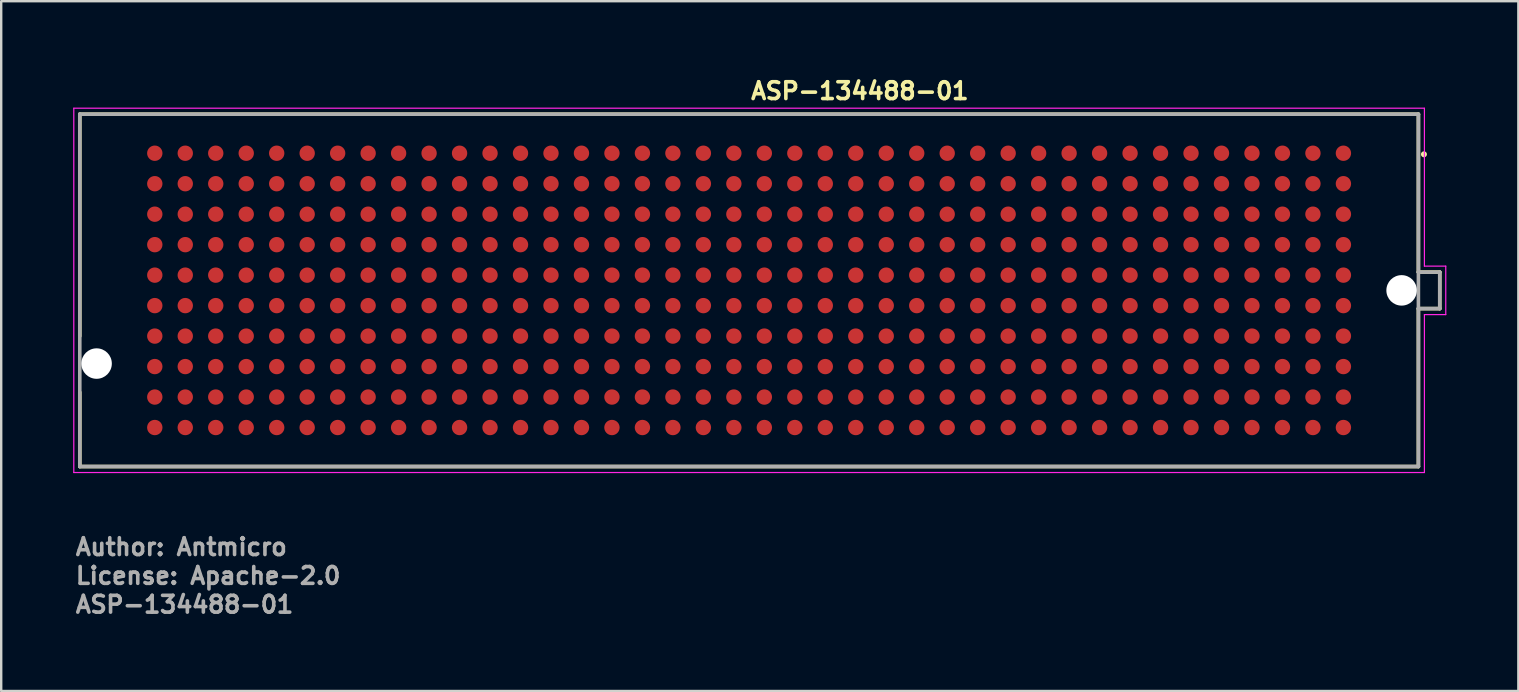
<source format=kicad_pcb>
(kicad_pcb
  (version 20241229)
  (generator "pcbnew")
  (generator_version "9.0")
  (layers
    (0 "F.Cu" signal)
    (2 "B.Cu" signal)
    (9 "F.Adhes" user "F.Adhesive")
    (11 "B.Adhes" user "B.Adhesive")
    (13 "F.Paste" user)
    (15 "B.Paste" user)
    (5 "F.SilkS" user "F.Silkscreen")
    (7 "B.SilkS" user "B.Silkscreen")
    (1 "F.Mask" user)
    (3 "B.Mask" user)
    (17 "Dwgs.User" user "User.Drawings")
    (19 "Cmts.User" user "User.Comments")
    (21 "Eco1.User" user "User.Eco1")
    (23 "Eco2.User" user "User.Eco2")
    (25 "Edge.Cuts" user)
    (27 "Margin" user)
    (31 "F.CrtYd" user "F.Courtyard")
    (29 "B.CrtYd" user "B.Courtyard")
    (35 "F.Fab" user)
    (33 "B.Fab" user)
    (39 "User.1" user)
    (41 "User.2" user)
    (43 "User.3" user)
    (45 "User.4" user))
  (footprint "ASP-134488-01"
    (layer "F.Cu")
    (at 28.165 9.05)
    (property "Reference" "ASP-134488-01" (at 0 -7.9 0) (layer "F.SilkS") (effects (font (size 0.7 0.7) (thickness 0.15)) (justify left bottom)))
    (attr smd)
    (fp_line (start -27.89 -7.34) (end 27.89 -7.34) (stroke (width 0.15) (type solid)) (layer "F.SilkS"))
    (fp_line (start -27.89 1.905) (end -27.89 -7.34) (stroke (width 0.15) (type solid)) (layer "F.SilkS"))
    (fp_line (start -27.89 7.34) (end -27.89 4.245) (stroke (width 0.15) (type solid)) (layer "F.SilkS"))
    (fp_line (start 27.89 -7.34) (end 27.89 -0.76) (stroke (width 0.15) (type solid)) (layer "F.SilkS"))
    (fp_line (start 27.89 -0.76) (end 28.78 -0.76) (stroke (width 0.15) (type solid)) (layer "F.SilkS"))
    (fp_line (start 27.89 0.76) (end 27.89 7.34) (stroke (width 0.15) (type solid)) (layer "F.SilkS"))
    (fp_line (start 27.89 7.34) (end -27.89 7.34) (stroke (width 0.15) (type solid)) (layer "F.SilkS"))
    (fp_line (start 28.78 -0.76) (end 28.78 0.76) (stroke (width 0.15) (type solid)) (layer "F.SilkS"))
    (fp_line (start 28.78 0.76) (end 27.89 0.76) (stroke (width 0.15) (type solid)) (layer "F.SilkS"))
    (fp_circle (center 28.12 -5.67) (end 28.17 -5.67) (stroke (width 0.15) (type solid)) (fill yes) (layer "F.SilkS"))
    (fp_line (start -28.14 -7.59) (end 28.14 -7.59) (stroke (width 0.05) (type solid)) (layer "F.CrtYd"))
    (fp_line (start -28.14 7.59) (end -28.14 -7.59) (stroke (width 0.05) (type solid)) (layer "F.CrtYd"))
    (fp_line (start 28.14 -7.59) (end 28.14 -1.01) (stroke (width 0.05) (type solid)) (layer "F.CrtYd"))
    (fp_line (start 28.14 -1.01) (end 29.03 -1.01) (stroke (width 0.05) (type solid)) (layer "F.CrtYd"))
    (fp_line (start 28.14 1.01) (end 28.14 7.59) (stroke (width 0.05) (type solid)) (layer "F.CrtYd"))
    (fp_line (start 28.14 7.59) (end -28.14 7.59) (stroke (width 0.05) (type solid)) (layer "F.CrtYd"))
    (fp_line (start 29.03 -1.01) (end 29.03 1.01) (stroke (width 0.05) (type solid)) (layer "F.CrtYd"))
    (fp_line (start 29.03 1.01) (end 28.14 1.01) (stroke (width 0.05) (type solid)) (layer "F.CrtYd"))
    (fp_line (start -27.89 -7.34) (end 27.89 -7.34) (stroke (width 0.15) (type solid)) (layer "F.Fab"))
    (fp_line (start -27.89 7.34) (end -27.89 -7.34) (stroke (width 0.15) (type solid)) (layer "F.Fab"))
    (fp_line (start 27.89 -7.34) (end 27.89 -0.76) (stroke (width 0.15) (type solid)) (layer "F.Fab"))
    (fp_line (start 27.89 -0.76) (end 27.89 0.76) (stroke (width 0.15) (type solid)) (layer "F.Fab"))
    (fp_line (start 27.89 -0.76) (end 28.78 -0.76) (stroke (width 0.15) (type solid)) (layer "F.Fab"))
    (fp_line (start 27.89 0.76) (end 27.89 7.34) (stroke (width 0.15) (type solid)) (layer "F.Fab"))
    (fp_line (start 27.89 7.34) (end -27.89 7.34) (stroke (width 0.15) (type solid)) (layer "F.Fab"))
    (fp_line (start 28.78 -0.76) (end 28.78 0.76) (stroke (width 0.15) (type solid)) (layer "F.Fab"))
    (fp_line (start 28.78 0.76) (end 27.89 0.76) (stroke (width 0.15) (type solid)) (layer "F.Fab"))
    (fp_rect (start -27.864 -7.315) (end 28.804 7.371) (stroke (width 0.1) (type solid)) (fill no) (layer "User.5"))
    (fp_line (start -27.864 -6.55) (end -27.864 6.604) (stroke (width 0.02) (type solid)) (layer "User.9"))
    (fp_line (start -27.864 -4.547) (end -27.229 -3.912) (stroke (width 0.02) (type solid)) (layer "User.9"))
    (fp_line (start -27.864 -3.023) (end -26.706 -3.023) (stroke (width 0.02) (type solid)) (layer "User.9"))
    (fp_line (start -27.864 3.073) (end -27.229 3.708) (stroke (width 0.02) (type solid)) (layer "User.9"))
    (fp_line (start -27.864 4.597) (end -26.706 4.597) (stroke (width 0.02) (type solid)) (layer "User.9"))
    (fp_line (start -27.864 6.604) (end -27.102 7.366) (stroke (width 0.02) (type solid)) (layer "User.9"))
    (fp_line (start -27.229 -3.912) (end -27.229 -3.658) (stroke (width 0.02) (type solid)) (layer "User.9"))
    (fp_line (start -27.229 -3.912) (end -26.924 -3.912) (stroke (width 0.02) (type solid)) (layer "User.9"))
    (fp_line (start -27.229 -3.658) (end -27.864 -3.023) (stroke (width 0.02) (type solid)) (layer "User.9"))
    (fp_line (start -27.229 3.708) (end -27.229 3.962) (stroke (width 0.02) (type solid)) (layer "User.9"))
    (fp_line (start -27.229 3.708) (end -26.924 3.708) (stroke (width 0.02) (type solid)) (layer "User.9"))
    (fp_line (start -27.229 3.962) (end -27.864 4.597) (stroke (width 0.02) (type solid)) (layer "User.9"))
    (fp_line (start -27.102 -7.315) (end -27.864 -6.553) (stroke (width 0.02) (type solid)) (layer "User.9"))
    (fp_line (start -27.102 -7.315) (end -23.622 -7.315) (stroke (width 0.02) (type solid)) (layer "User.9"))
    (fp_line (start -26.924 -5.715) (end -26.924 -4.547) (stroke (width 0.02) (type solid)) (layer "User.9"))
    (fp_line (start -26.924 -5.715) (end -26.67 -5.461) (stroke (width 0.02) (type solid)) (layer "User.9"))
    (fp_line (start -26.924 -5.715) (end 25.311 -5.715) (stroke (width 0.02) (type solid)) (layer "User.9"))
    (fp_line (start -26.924 -3.912) (end -26.706 -4.547) (stroke (width 0.02) (type solid)) (layer "User.9"))
    (fp_line (start -26.924 -3.658) (end -27.229 -3.658) (stroke (width 0.02) (type solid)) (layer "User.9"))
    (fp_line (start -26.924 -3.658) (end -26.924 -3.912) (stroke (width 0.02) (type solid)) (layer "User.9"))
    (fp_line (start -26.924 -3.023) (end -26.924 3.073) (stroke (width 0.02) (type solid)) (layer "User.9"))
    (fp_line (start -26.924 3.708) (end -26.706 3.073) (stroke (width 0.02) (type solid)) (layer "User.9"))
    (fp_line (start -26.924 3.962) (end -27.229 3.962) (stroke (width 0.02) (type solid)) (layer "User.9"))
    (fp_line (start -26.924 3.962) (end -26.924 3.708) (stroke (width 0.02) (type solid)) (layer "User.9"))
    (fp_line (start -26.924 4.597) (end -26.924 5.766) (stroke (width 0.02) (type solid)) (layer "User.9"))
    (fp_line (start -26.924 5.766) (end -26.67 5.512) (stroke (width 0.02) (type solid)) (layer "User.9"))
    (fp_line (start -26.924 5.766) (end 26.975 5.766) (stroke (width 0.02) (type solid)) (layer "User.9"))
    (fp_line (start -26.706 -4.547) (end -27.864 -4.547) (stroke (width 0.02) (type solid)) (layer "User.9"))
    (fp_line (start -26.706 -4.547) (end -26.67 -4.547) (stroke (width 0.02) (type solid)) (layer "User.9"))
    (fp_line (start -26.706 -3.023) (end -26.924 -3.658) (stroke (width 0.02) (type solid)) (layer "User.9"))
    (fp_line (start -26.706 3.073) (end -27.864 3.073) (stroke (width 0.02) (type solid)) (layer "User.9"))
    (fp_line (start -26.706 3.073) (end -26.67 3.073) (stroke (width 0.02) (type solid)) (layer "User.9"))
    (fp_line (start -26.706 4.597) (end -26.924 3.962) (stroke (width 0.02) (type solid)) (layer "User.9"))
    (fp_line (start -26.67 -5.461) (end 26.721 -5.461) (stroke (width 0.02) (type solid)) (layer "User.9"))
    (fp_line (start -26.67 -3.023) (end -26.706 -3.023) (stroke (width 0.02) (type solid)) (layer "User.9"))
    (fp_line (start -26.67 4.597) (end -26.706 4.597) (stroke (width 0.02) (type solid)) (layer "User.9"))
    (fp_line (start -26.67 5.51) (end -26.67 -5.46) (stroke (width 0.02) (type solid)) (layer "User.9"))
    (fp_line (start -26.67 5.512) (end 0.041 5.512) (stroke (width 0.02) (type solid)) (layer "User.9"))
    (fp_line (start -26.517 -4.648) (end -26.517 -2.921) (stroke (width 0.02) (type solid)) (layer "User.9"))
    (fp_line (start -26.517 -4.648) (end -26.264 -4.394) (stroke (width 0.02) (type solid)) (layer "User.9"))
    (fp_line (start -26.517 -2.921) (end -3.503 -2.921) (stroke (width 0.02) (type solid)) (layer "User.9"))
    (fp_line (start -26.517 2.972) (end -26.517 4.699) (stroke (width 0.02) (type solid)) (layer "User.9"))
    (fp_line (start -26.517 2.972) (end -26.264 3.226) (stroke (width 0.02) (type solid)) (layer "User.9"))
    (fp_line (start -26.517 4.699) (end -2.389 4.699) (stroke (width 0.02) (type solid)) (layer "User.9"))
    (fp_line (start -26.264 -4.394) (end -1.41 -4.394) (stroke (width 0.02) (type solid)) (layer "User.9"))
    (fp_line (start -26.264 -3.175) (end -26.517 -2.921) (stroke (width 0.02) (type solid)) (layer "User.9"))
    (fp_line (start -26.264 -3.175) (end -26.264 -4.394) (stroke (width 0.02) (type solid)) (layer "User.9"))
    (fp_line (start -26.264 3.226) (end -3.875 3.226) (stroke (width 0.02) (type solid)) (layer "User.9"))
    (fp_line (start -26.264 4.445) (end -26.517 4.699) (stroke (width 0.02) (type solid)) (layer "User.9"))
    (fp_line (start -26.264 4.445) (end -26.264 3.226) (stroke (width 0.02) (type solid)) (layer "User.9"))
    (fp_line (start -25.882 -2.108) (end -25.882 -0.381) (stroke (width 0.02) (type solid)) (layer "User.9"))
    (fp_line (start -25.882 -2.108) (end -25.628 -1.854) (stroke (width 0.02) (type solid)) (layer "User.9"))
    (fp_line (start -25.882 -0.381) (end -4.665 -0.381) (stroke (width 0.02) (type solid)) (layer "User.9"))
    (fp_line (start -25.882 0.432) (end -25.882 2.159) (stroke (width 0.02) (type solid)) (layer "User.9"))
    (fp_line (start -25.882 0.432) (end -25.628 0.686) (stroke (width 0.02) (type solid)) (layer "User.9"))
    (fp_line (start -25.882 2.159) (end -4.413 2.159) (stroke (width 0.02) (type solid)) (layer "User.9"))
    (fp_line (start -25.628 -1.854) (end -25.628 -0.635) (stroke (width 0.02) (type solid)) (layer "User.9"))
    (fp_line (start -25.628 -1.854) (end -4.202 -1.854) (stroke (width 0.02) (type solid)) (layer "User.9"))
    (fp_line (start -25.628 -0.635) (end -25.882 -0.381) (stroke (width 0.02) (type solid)) (layer "User.9"))
    (fp_line (start -25.628 0.686) (end -25.628 1.905) (stroke (width 0.02) (type solid)) (layer "User.9"))
    (fp_line (start -25.628 0.686) (end -4.716 0.686) (stroke (width 0.02) (type solid)) (layer "User.9"))
    (fp_line (start -25.628 1.905) (end -25.882 2.159) (stroke (width 0.02) (type solid)) (layer "User.9"))
    (fp_line (start -23.63 7.37) (end -27.1 7.37) (stroke (width 0.02) (type solid)) (layer "User.9"))
    (fp_line (start -23.37 -6.401) (end -23.37 -7.06) (stroke (width 0.02) (type solid)) (layer "User.9"))
    (fp_line (start -23.37 7.116) (end -23.37 6.456) (stroke (width 0.02) (type solid)) (layer "User.9"))
    (fp_line (start -23.116 6.202) (end -22.557 6.202) (stroke (width 0.02) (type solid)) (layer "User.9"))
    (fp_line (start -22.555 -6.147) (end -23.114 -6.147) (stroke (width 0.02) (type solid)) (layer "User.9"))
    (fp_line (start -22.301 -7.061) (end -22.301 -6.401) (stroke (width 0.02) (type solid)) (layer "User.9"))
    (fp_line (start -22.301 6.456) (end -22.301 7.115) (stroke (width 0.02) (type solid)) (layer "User.9"))
    (fp_line (start -22.047 -7.315) (end -21.082 -7.315) (stroke (width 0.02) (type solid)) (layer "User.9"))
    (fp_line (start -21.087 7.371) (end -22.052 7.371) (stroke (width 0.02) (type solid)) (layer "User.9"))
    (fp_line (start -20.834 -6.401) (end -20.834 -7.06) (stroke (width 0.02) (type solid)) (layer "User.9"))
    (fp_line (start -20.834 7.116) (end -20.834 6.456) (stroke (width 0.02) (type solid)) (layer "User.9"))
    (fp_line (start -20.58 6.202) (end -20.021 6.202) (stroke (width 0.02) (type solid)) (layer "User.9"))
    (fp_line (start -20.019 -6.147) (end -20.578 -6.147) (stroke (width 0.02) (type solid)) (layer "User.9"))
    (fp_line (start -19.765 -7.061) (end -19.765 -6.401) (stroke (width 0.02) (type solid)) (layer "User.9"))
    (fp_line (start -19.765 6.456) (end -19.765 7.115) (stroke (width 0.02) (type solid)) (layer "User.9"))
    (fp_line (start -19.507 -7.315) (end -18.542 -7.315) (stroke (width 0.02) (type solid)) (layer "User.9"))
    (fp_line (start -18.547 7.371) (end -19.512 7.371) (stroke (width 0.02) (type solid)) (layer "User.9"))
    (fp_line (start -18.294 -6.401) (end -18.294 -7.06) (stroke (width 0.02) (type solid)) (layer "User.9"))
    (fp_line (start -18.294 7.116) (end -18.294 6.456) (stroke (width 0.02) (type solid)) (layer "User.9"))
    (fp_line (start -18.04 6.202) (end -17.481 6.202) (stroke (width 0.02) (type solid)) (layer "User.9"))
    (fp_line (start -17.479 -6.147) (end -18.038 -6.147) (stroke (width 0.02) (type solid)) (layer "User.9"))
    (fp_line (start -17.225 -7.061) (end -17.225 -6.401) (stroke (width 0.02) (type solid)) (layer "User.9"))
    (fp_line (start -17.225 6.456) (end -17.225 7.115) (stroke (width 0.02) (type solid)) (layer "User.9"))
    (fp_line (start -16.967 -7.315) (end -16.002 -7.315) (stroke (width 0.02) (type solid)) (layer "User.9"))
    (fp_line (start -16.007 7.371) (end -16.972 7.371) (stroke (width 0.02) (type solid)) (layer "User.9"))
    (fp_line (start -15.758 -6.401) (end -15.758 -7.06) (stroke (width 0.02) (type solid)) (layer "User.9"))
    (fp_line (start -15.757 7.117) (end -15.757 6.457) (stroke (width 0.02) (type solid)) (layer "User.9"))
    (fp_line (start -15.503 6.203) (end -14.944 6.203) (stroke (width 0.02) (type solid)) (layer "User.9"))
    (fp_line (start -14.943 -6.147) (end -15.502 -6.147) (stroke (width 0.02) (type solid)) (layer "User.9"))
    (fp_line (start -14.689 -7.061) (end -14.689 -6.401) (stroke (width 0.02) (type solid)) (layer "User.9"))
    (fp_line (start -14.688 6.457) (end -14.688 7.116) (stroke (width 0.02) (type solid)) (layer "User.9"))
    (fp_line (start -14.427 -7.315) (end -13.462 -7.315) (stroke (width 0.02) (type solid)) (layer "User.9"))
    (fp_line (start -13.467 7.371) (end -14.432 7.371) (stroke (width 0.02) (type solid)) (layer "User.9"))
    (fp_line (start -13.221 7.117) (end -13.221 6.457) (stroke (width 0.02) (type solid)) (layer "User.9"))
    (fp_line (start -13.21 -6.401) (end -13.21 -7.06) (stroke (width 0.02) (type solid)) (layer "User.9"))
    (fp_line (start -12.967 6.203) (end -12.408 6.203) (stroke (width 0.02) (type solid)) (layer "User.9"))
    (fp_line (start -12.395 -6.147) (end -12.954 -6.147) (stroke (width 0.02) (type solid)) (layer "User.9"))
    (fp_line (start -12.152 6.457) (end -12.152 7.116) (stroke (width 0.02) (type solid)) (layer "User.9"))
    (fp_line (start -12.141 -7.061) (end -12.141 -6.401) (stroke (width 0.02) (type solid)) (layer "User.9"))
    (fp_line (start -11.887 -7.315) (end -10.922 -7.315) (stroke (width 0.02) (type solid)) (layer "User.9"))
    (fp_line (start -10.927 7.371) (end -11.892 7.371) (stroke (width 0.02) (type solid)) (layer "User.9"))
    (fp_line (start -10.681 7.117) (end -10.681 6.457) (stroke (width 0.02) (type solid)) (layer "User.9"))
    (fp_line (start -10.674 -6.401) (end -10.674 -7.06) (stroke (width 0.02) (type solid)) (layer "User.9"))
    (fp_line (start -10.427 6.203) (end -9.868 6.203) (stroke (width 0.02) (type solid)) (layer "User.9"))
    (fp_line (start -9.859 -6.147) (end -10.418 -6.147) (stroke (width 0.02) (type solid)) (layer "User.9"))
    (fp_line (start -9.612 6.457) (end -9.612 7.116) (stroke (width 0.02) (type solid)) (layer "User.9"))
    (fp_line (start -9.605 -7.061) (end -9.605 -6.401) (stroke (width 0.02) (type solid)) (layer "User.9"))
    (fp_line (start -9.347 -7.315) (end -8.382 -7.315) (stroke (width 0.02) (type solid)) (layer "User.9"))
    (fp_line (start -8.387 7.371) (end -9.352 7.371) (stroke (width 0.02) (type solid)) (layer "User.9"))
    (fp_line (start -8.145 7.117) (end -8.145 6.457) (stroke (width 0.02) (type solid)) (layer "User.9"))
    (fp_line (start -8.134 -6.401) (end -8.134 -7.06) (stroke (width 0.02) (type solid)) (layer "User.9"))
    (fp_line (start -7.891 6.203) (end -7.332 6.203) (stroke (width 0.02) (type solid)) (layer "User.9"))
    (fp_line (start -7.319 -6.147) (end -7.878 -6.147) (stroke (width 0.02) (type solid)) (layer "User.9"))
    (fp_line (start -7.076 6.457) (end -7.076 7.116) (stroke (width 0.02) (type solid)) (layer "User.9"))
    (fp_line (start -7.065 -7.061) (end -7.065 -6.401) (stroke (width 0.02) (type solid)) (layer "User.9"))
    (fp_line (start -6.807 -7.315) (end -5.842 -7.315) (stroke (width 0.02) (type solid)) (layer "User.9"))
    (fp_line (start -5.847 7.371) (end -6.812 7.371) (stroke (width 0.02) (type solid)) (layer "User.9"))
    (fp_line (start -5.598 -6.401) (end -5.598 -7.06) (stroke (width 0.02) (type solid)) (layer "User.9"))
    (fp_line (start -5.583 7.117) (end -5.583 6.457) (stroke (width 0.02) (type solid)) (layer "User.9"))
    (fp_line (start -5.329 6.203) (end -4.77 6.203) (stroke (width 0.02) (type solid)) (layer "User.9"))
    (fp_line (start -4.783 -6.147) (end -5.342 -6.147) (stroke (width 0.02) (type solid)) (layer "User.9"))
    (fp_line (start -4.724 0.432) (end -25.882 0.432) (stroke (width 0.02) (type solid)) (layer "User.9"))
    (fp_line (start -4.619 -0.635) (end -25.628 -0.635) (stroke (width 0.02) (type solid)) (layer "User.9"))
    (fp_line (start -4.529 -7.061) (end -4.529 -6.401) (stroke (width 0.02) (type solid)) (layer "User.9"))
    (fp_line (start -4.514 6.457) (end -4.514 7.116) (stroke (width 0.02) (type solid)) (layer "User.9"))
    (fp_line (start -4.498 1.905) (end -25.628 1.905) (stroke (width 0.02) (type solid)) (layer "User.9"))
    (fp_line (start -4.267 -7.315) (end -3.302 -7.315) (stroke (width 0.02) (type solid)) (layer "User.9"))
    (fp_line (start -4.069 -2.108) (end -25.882 -2.108) (stroke (width 0.02) (type solid)) (layer "User.9"))
    (fp_line (start -4.032 2.972) (end -26.517 2.972) (stroke (width 0.02) (type solid)) (layer "User.9"))
    (fp_line (start -3.307 7.371) (end -4.272 7.371) (stroke (width 0.02) (type solid)) (layer "User.9"))
    (fp_line (start -3.272 -3.175) (end -26.264 -3.175) (stroke (width 0.02) (type solid)) (layer "User.9"))
    (fp_line (start -3.052 -6.401) (end -3.052 -7.06) (stroke (width 0.02) (type solid)) (layer "User.9"))
    (fp_line (start -3.047 7.117) (end -3.047 6.457) (stroke (width 0.02) (type solid)) (layer "User.9"))
    (fp_line (start -2.793 6.203) (end -2.234 6.203) (stroke (width 0.02) (type solid)) (layer "User.9"))
    (fp_line (start -2.746 4.445) (end -26.264 4.445) (stroke (width 0.02) (type solid)) (layer "User.9"))
    (fp_line (start -2.237 -6.147) (end -2.796 -6.147) (stroke (width 0.02) (type solid)) (layer "User.9"))
    (fp_line (start -1.983 -7.061) (end -1.983 -6.401) (stroke (width 0.02) (type solid)) (layer "User.9"))
    (fp_line (start -1.978 6.457) (end -1.978 7.116) (stroke (width 0.02) (type solid)) (layer "User.9"))
    (fp_line (start -1.74 -7.315) (end -1.727 -7.315) (stroke (width 0.02) (type solid)) (layer "User.9"))
    (fp_line (start -1.727 -7.315) (end -0.762 -7.315) (stroke (width 0.02) (type solid)) (layer "User.9"))
    (fp_line (start -0.767 7.371) (end -1.732 7.371) (stroke (width 0.02) (type solid)) (layer "User.9"))
    (fp_line (start -0.516 -6.401) (end -0.516 -7.06) (stroke (width 0.02) (type solid)) (layer "User.9"))
    (fp_line (start -0.507 7.117) (end -0.507 6.457) (stroke (width 0.02) (type solid)) (layer "User.9"))
    (fp_line (start -0.481 -4.648) (end -26.517 -4.648) (stroke (width 0.02) (type solid)) (layer "User.9"))
    (fp_line (start -0.253 6.203) (end 0.306 6.203) (stroke (width 0.02) (type solid)) (layer "User.9"))
    (fp_line (start 0.299 -6.147) (end -0.26 -6.147) (stroke (width 0.02) (type solid)) (layer "User.9"))
    (fp_line (start 0.553 -7.061) (end 0.553 -6.401) (stroke (width 0.02) (type solid)) (layer "User.9"))
    (fp_line (start 0.562 6.457) (end 0.562 7.116) (stroke (width 0.02) (type solid)) (layer "User.9"))
    (fp_line (start 0.759 5.512) (end 26.721 5.512) (stroke (width 0.02) (type solid)) (layer "User.9"))
    (fp_line (start 0.813 -7.315) (end 1.778 -7.315) (stroke (width 0.02) (type solid)) (layer "User.9"))
    (fp_line (start 1.773 7.371) (end 0.808 7.371) (stroke (width 0.02) (type solid)) (layer "User.9"))
    (fp_line (start 1.786 7.371) (end 1.773 7.371) (stroke (width 0.02) (type solid)) (layer "User.9"))
    (fp_line (start 2.024 -6.401) (end 2.024 -7.06) (stroke (width 0.02) (type solid)) (layer "User.9"))
    (fp_line (start 2.029 7.117) (end 2.029 6.457) (stroke (width 0.02) (type solid)) (layer "User.9"))
    (fp_line (start 2.21 -4.394) (end 25.68 -4.394) (stroke (width 0.02) (type solid)) (layer "User.9"))
    (fp_line (start 2.283 6.203) (end 2.842 6.203) (stroke (width 0.02) (type solid)) (layer "User.9"))
    (fp_line (start 2.839 -6.147) (end 2.28 -6.147) (stroke (width 0.02) (type solid)) (layer "User.9"))
    (fp_line (start 3.093 -7.061) (end 3.093 -6.401) (stroke (width 0.02) (type solid)) (layer "User.9"))
    (fp_line (start 3.098 6.457) (end 3.098 7.116) (stroke (width 0.02) (type solid)) (layer "User.9"))
    (fp_line (start 3.189 4.699) (end 25.933 4.699) (stroke (width 0.02) (type solid)) (layer "User.9"))
    (fp_line (start 3.353 -7.315) (end 4.318 -7.315) (stroke (width 0.02) (type solid)) (layer "User.9"))
    (fp_line (start 4.303 -2.921) (end 25.933 -2.921) (stroke (width 0.02) (type solid)) (layer "User.9"))
    (fp_line (start 4.313 7.371) (end 3.348 7.371) (stroke (width 0.02) (type solid)) (layer "User.9"))
    (fp_line (start 4.56 -6.401) (end 4.56 -7.06) (stroke (width 0.02) (type solid)) (layer "User.9"))
    (fp_line (start 4.575 7.117) (end 4.575 6.457) (stroke (width 0.02) (type solid)) (layer "User.9"))
    (fp_line (start 4.675 3.226) (end 25.68 3.226) (stroke (width 0.02) (type solid)) (layer "User.9"))
    (fp_line (start 4.829 6.203) (end 5.388 6.203) (stroke (width 0.02) (type solid)) (layer "User.9"))
    (fp_line (start 5.002 -1.854) (end 26.315 -1.854) (stroke (width 0.02) (type solid)) (layer "User.9"))
    (fp_line (start 5.213 2.159) (end 26.569 2.159) (stroke (width 0.02) (type solid)) (layer "User.9"))
    (fp_line (start 5.375 -6.147) (end 4.816 -6.147) (stroke (width 0.02) (type solid)) (layer "User.9"))
    (fp_line (start 5.465 -0.381) (end 26.569 -0.381) (stroke (width 0.02) (type solid)) (layer "User.9"))
    (fp_line (start 5.516 0.686) (end 26.315 0.686) (stroke (width 0.02) (type solid)) (layer "User.9"))
    (fp_line (start 5.629 -7.061) (end 5.629 -6.401) (stroke (width 0.02) (type solid)) (layer "User.9"))
    (fp_line (start 5.644 6.457) (end 5.644 7.116) (stroke (width 0.02) (type solid)) (layer "User.9"))
    (fp_line (start 5.893 -7.315) (end 6.858 -7.315) (stroke (width 0.02) (type solid)) (layer "User.9"))
    (fp_line (start 6.853 7.371) (end 5.888 7.371) (stroke (width 0.02) (type solid)) (layer "User.9"))
    (fp_line (start 7.111 7.117) (end 7.111 6.457) (stroke (width 0.02) (type solid)) (layer "User.9"))
    (fp_line (start 7.122 -6.401) (end 7.122 -7.06) (stroke (width 0.02) (type solid)) (layer "User.9"))
    (fp_line (start 7.365 6.203) (end 7.924 6.203) (stroke (width 0.02) (type solid)) (layer "User.9"))
    (fp_line (start 7.937 -6.147) (end 7.378 -6.147) (stroke (width 0.02) (type solid)) (layer "User.9"))
    (fp_line (start 8.18 6.457) (end 8.18 7.116) (stroke (width 0.02) (type solid)) (layer "User.9"))
    (fp_line (start 8.191 -7.061) (end 8.191 -6.401) (stroke (width 0.02) (type solid)) (layer "User.9"))
    (fp_line (start 8.433 -7.315) (end 9.398 -7.315) (stroke (width 0.02) (type solid)) (layer "User.9"))
    (fp_line (start 9.393 7.371) (end 8.428 7.371) (stroke (width 0.02) (type solid)) (layer "User.9"))
    (fp_line (start 9.651 7.117) (end 9.651 6.457) (stroke (width 0.02) (type solid)) (layer "User.9"))
    (fp_line (start 9.658 -6.401) (end 9.658 -7.06) (stroke (width 0.02) (type solid)) (layer "User.9"))
    (fp_line (start 9.905 6.203) (end 10.464 6.203) (stroke (width 0.02) (type solid)) (layer "User.9"))
    (fp_line (start 10.473 -6.147) (end 9.914 -6.147) (stroke (width 0.02) (type solid)) (layer "User.9"))
    (fp_line (start 10.72 6.457) (end 10.72 7.116) (stroke (width 0.02) (type solid)) (layer "User.9"))
    (fp_line (start 10.727 -7.061) (end 10.727 -6.401) (stroke (width 0.02) (type solid)) (layer "User.9"))
    (fp_line (start 10.973 -7.315) (end 11.938 -7.315) (stroke (width 0.02) (type solid)) (layer "User.9"))
    (fp_line (start 11.933 7.371) (end 10.968 7.371) (stroke (width 0.02) (type solid)) (layer "User.9"))
    (fp_line (start 12.187 7.117) (end 12.187 6.457) (stroke (width 0.02) (type solid)) (layer "User.9"))
    (fp_line (start 12.198 -6.401) (end 12.198 -7.06) (stroke (width 0.02) (type solid)) (layer "User.9"))
    (fp_line (start 12.441 6.203) (end 13 6.203) (stroke (width 0.02) (type solid)) (layer "User.9"))
    (fp_line (start 13.013 -6.147) (end 12.454 -6.147) (stroke (width 0.02) (type solid)) (layer "User.9"))
    (fp_line (start 13.256 6.457) (end 13.256 7.116) (stroke (width 0.02) (type solid)) (layer "User.9"))
    (fp_line (start 13.267 -7.061) (end 13.267 -6.401) (stroke (width 0.02) (type solid)) (layer "User.9"))
    (fp_line (start 13.513 -7.315) (end 14.478 -7.315) (stroke (width 0.02) (type solid)) (layer "User.9"))
    (fp_line (start 14.473 7.371) (end 13.508 7.371) (stroke (width 0.02) (type solid)) (layer "User.9"))
    (fp_line (start 14.734 -6.401) (end 14.734 -7.06) (stroke (width 0.02) (type solid)) (layer "User.9"))
    (fp_line (start 14.735 7.117) (end 14.735 6.457) (stroke (width 0.02) (type solid)) (layer "User.9"))
    (fp_line (start 14.989 6.203) (end 15.548 6.203) (stroke (width 0.02) (type solid)) (layer "User.9"))
    (fp_line (start 15.549 -6.147) (end 14.99 -6.147) (stroke (width 0.02) (type solid)) (layer "User.9"))
    (fp_line (start 15.803 -7.061) (end 15.803 -6.401) (stroke (width 0.02) (type solid)) (layer "User.9"))
    (fp_line (start 15.804 6.457) (end 15.804 7.116) (stroke (width 0.02) (type solid)) (layer "User.9"))
    (fp_line (start 16.053 -7.315) (end 17.018 -7.315) (stroke (width 0.02) (type solid)) (layer "User.9"))
    (fp_line (start 17.013 7.371) (end 16.048 7.371) (stroke (width 0.02) (type solid)) (layer "User.9"))
    (fp_line (start 17.271 -6.4) (end 17.271 -7.059) (stroke (width 0.02) (type solid)) (layer "User.9"))
    (fp_line (start 17.271 7.117) (end 17.271 6.457) (stroke (width 0.02) (type solid)) (layer "User.9"))
    (fp_line (start 17.525 6.203) (end 18.084 6.203) (stroke (width 0.02) (type solid)) (layer "User.9"))
    (fp_line (start 18.086 -6.146) (end 17.527 -6.146) (stroke (width 0.02) (type solid)) (layer "User.9"))
    (fp_line (start 18.34 -7.06) (end 18.34 -6.4) (stroke (width 0.02) (type solid)) (layer "User.9"))
    (fp_line (start 18.34 6.457) (end 18.34 7.116) (stroke (width 0.02) (type solid)) (layer "User.9"))
    (fp_line (start 18.593 -7.315) (end 19.558 -7.315) (stroke (width 0.02) (type solid)) (layer "User.9"))
    (fp_line (start 19.553 7.371) (end 18.588 7.371) (stroke (width 0.02) (type solid)) (layer "User.9"))
    (fp_line (start 19.811 -6.4) (end 19.811 -7.059) (stroke (width 0.02) (type solid)) (layer "User.9"))
    (fp_line (start 19.811 7.117) (end 19.811 6.457) (stroke (width 0.02) (type solid)) (layer "User.9"))
    (fp_line (start 20.065 6.203) (end 20.624 6.203) (stroke (width 0.02) (type solid)) (layer "User.9"))
    (fp_line (start 20.626 -6.146) (end 20.067 -6.146) (stroke (width 0.02) (type solid)) (layer "User.9"))
    (fp_line (start 20.88 -7.06) (end 20.88 -6.4) (stroke (width 0.02) (type solid)) (layer "User.9"))
    (fp_line (start 20.88 6.457) (end 20.88 7.116) (stroke (width 0.02) (type solid)) (layer "User.9"))
    (fp_line (start 21.133 -7.315) (end 22.098 -7.315) (stroke (width 0.02) (type solid)) (layer "User.9"))
    (fp_line (start 22.093 7.371) (end 21.128 7.371) (stroke (width 0.02) (type solid)) (layer "User.9"))
    (fp_line (start 22.347 -6.4) (end 22.347 -7.059) (stroke (width 0.02) (type solid)) (layer "User.9"))
    (fp_line (start 22.347 7.117) (end 22.347 6.457) (stroke (width 0.02) (type solid)) (layer "User.9"))
    (fp_line (start 22.601 6.203) (end 23.16 6.203) (stroke (width 0.02) (type solid)) (layer "User.9"))
    (fp_line (start 23.162 -6.146) (end 22.603 -6.146) (stroke (width 0.02) (type solid)) (layer "User.9"))
    (fp_line (start 23.416 -7.06) (end 23.416 -6.4) (stroke (width 0.02) (type solid)) (layer "User.9"))
    (fp_line (start 23.416 6.457) (end 23.416 7.116) (stroke (width 0.02) (type solid)) (layer "User.9"))
    (fp_line (start 23.673 -7.315) (end 27.153 -7.315) (stroke (width 0.02) (type solid)) (layer "User.9"))
    (fp_line (start 25.311 -5.715) (end 25.883 -5.715) (stroke (width 0.02) (type solid)) (layer "User.9"))
    (fp_line (start 25.68 -4.394) (end 25.68 -3.175) (stroke (width 0.02) (type solid)) (layer "User.9"))
    (fp_line (start 25.68 -4.394) (end 25.933 -4.648) (stroke (width 0.02) (type solid)) (layer "User.9"))
    (fp_line (start 25.68 -3.175) (end 4.072 -3.175) (stroke (width 0.02) (type solid)) (layer "User.9"))
    (fp_line (start 25.68 3.226) (end 25.68 4.445) (stroke (width 0.02) (type solid)) (layer "User.9"))
    (fp_line (start 25.68 3.226) (end 25.933 2.972) (stroke (width 0.02) (type solid)) (layer "User.9"))
    (fp_line (start 25.68 4.445) (end 3.546 4.445) (stroke (width 0.02) (type solid)) (layer "User.9"))
    (fp_line (start 25.883 -5.715) (end 26.454 -5.715) (stroke (width 0.02) (type solid)) (layer "User.9"))
    (fp_line (start 25.933 -4.648) (end 1.281 -4.648) (stroke (width 0.02) (type solid)) (layer "User.9"))
    (fp_line (start 25.933 -2.921) (end 25.68 -3.175) (stroke (width 0.02) (type solid)) (layer "User.9"))
    (fp_line (start 25.933 -2.921) (end 25.933 -4.648) (stroke (width 0.02) (type solid)) (layer "User.9"))
    (fp_line (start 25.933 2.972) (end 4.832 2.972) (stroke (width 0.02) (type solid)) (layer "User.9"))
    (fp_line (start 25.933 4.699) (end 25.68 4.445) (stroke (width 0.02) (type solid)) (layer "User.9"))
    (fp_line (start 25.933 4.699) (end 25.933 2.972) (stroke (width 0.02) (type solid)) (layer "User.9"))
    (fp_line (start 26.315 -1.854) (end 26.569 -2.108) (stroke (width 0.02) (type solid)) (layer "User.9"))
    (fp_line (start 26.315 -0.635) (end 5.419 -0.635) (stroke (width 0.02) (type solid)) (layer "User.9"))
    (fp_line (start 26.315 -0.635) (end 26.315 -1.854) (stroke (width 0.02) (type solid)) (layer "User.9"))
    (fp_line (start 26.315 -0.635) (end 26.569 -0.381) (stroke (width 0.02) (type solid)) (layer "User.9"))
    (fp_line (start 26.315 0.686) (end 26.569 0.432) (stroke (width 0.02) (type solid)) (layer "User.9"))
    (fp_line (start 26.315 1.905) (end 5.298 1.905) (stroke (width 0.02) (type solid)) (layer "User.9"))
    (fp_line (start 26.315 1.905) (end 26.315 0.686) (stroke (width 0.02) (type solid)) (layer "User.9"))
    (fp_line (start 26.315 1.905) (end 26.569 2.159) (stroke (width 0.02) (type solid)) (layer "User.9"))
    (fp_line (start 26.569 -2.108) (end 4.869 -2.108) (stroke (width 0.02) (type solid)) (layer "User.9"))
    (fp_line (start 26.569 -0.381) (end 26.569 -2.108) (stroke (width 0.02) (type solid)) (layer "User.9"))
    (fp_line (start 26.569 0.432) (end 5.524 0.432) (stroke (width 0.02) (type solid)) (layer "User.9"))
    (fp_line (start 26.569 2.159) (end 26.569 0.432) (stroke (width 0.02) (type solid)) (layer "User.9"))
    (fp_line (start 26.721 -5.461) (end 26.975 -5.715) (stroke (width 0.02) (type solid)) (layer "User.9"))
    (fp_line (start 26.721 -1.981) (end 26.757 -1.981) (stroke (width 0.02) (type solid)) (layer "User.9"))
    (fp_line (start 26.721 -0.68) (end 26.721 -5.461) (stroke (width 0.02) (type solid)) (layer "User.9"))
    (fp_line (start 26.721 -0.673) (end 26.975 -0.673) (stroke (width 0.02) (type solid)) (layer "User.9"))
    (fp_line (start 26.721 2.032) (end 26.721 0.724) (stroke (width 0.02) (type solid)) (layer "User.9"))
    (fp_line (start 26.721 5.512) (end 26.721 2.032) (stroke (width 0.02) (type solid)) (layer "User.9"))
    (fp_line (start 26.721 5.512) (end 26.975 5.766) (stroke (width 0.02) (type solid)) (layer "User.9"))
    (fp_line (start 26.757 2.032) (end 26.721 2.032) (stroke (width 0.02) (type solid)) (layer "User.9"))
    (fp_line (start 26.757 2.032) (end 26.975 1.397) (stroke (width 0.02) (type solid)) (layer "User.9"))
    (fp_line (start 26.757 2.032) (end 27.915 2.032) (stroke (width 0.02) (type solid)) (layer "User.9"))
    (fp_line (start 26.975 -5.715) (end 26.454 -5.715) (stroke (width 0.02) (type solid)) (layer "User.9"))
    (fp_line (start 26.975 -1.981) (end 26.975 -5.715) (stroke (width 0.02) (type solid)) (layer "User.9"))
    (fp_line (start 26.975 -1.346) (end 26.757 -1.981) (stroke (width 0.02) (type solid)) (layer "User.9"))
    (fp_line (start 26.975 -1.346) (end 27.28 -1.346) (stroke (width 0.02) (type solid)) (layer "User.9"))
    (fp_line (start 26.975 -0.673) (end 26.975 -1.346) (stroke (width 0.02) (type solid)) (layer "User.9"))
    (fp_line (start 26.975 -0.673) (end 27.28 -0.673) (stroke (width 0.02) (type solid)) (layer "User.9"))
    (fp_line (start 26.975 0.724) (end 26.721 0.724) (stroke (width 0.02) (type solid)) (layer "User.9"))
    (fp_line (start 26.975 1.397) (end 26.975 0.724) (stroke (width 0.02) (type solid)) (layer "User.9"))
    (fp_line (start 26.975 1.397) (end 27.28 1.397) (stroke (width 0.02) (type solid)) (layer "User.9"))
    (fp_line (start 26.975 5.766) (end 26.975 2.032) (stroke (width 0.02) (type solid)) (layer "User.9"))
    (fp_line (start 27.15 7.37) (end 23.67 7.37) (stroke (width 0.02) (type solid)) (layer "User.9"))
    (fp_line (start 27.153 7.366) (end 27.915 6.604) (stroke (width 0.02) (type solid)) (layer "User.9"))
    (fp_line (start 27.28 -1.346) (end 27.28 -0.673) (stroke (width 0.02) (type solid)) (layer "User.9"))
    (fp_line (start 27.28 -0.673) (end 27.915 -0.673) (stroke (width 0.02) (type solid)) (layer "User.9"))
    (fp_line (start 27.28 0.724) (end 26.975 0.724) (stroke (width 0.02) (type solid)) (layer "User.9"))
    (fp_line (start 27.28 0.724) (end 27.28 1.397) (stroke (width 0.02) (type solid)) (layer "User.9"))
    (fp_line (start 27.28 1.397) (end 27.915 2.032) (stroke (width 0.02) (type solid)) (layer "User.9"))
    (fp_line (start 27.915 -6.553) (end 27.153 -7.315) (stroke (width 0.02) (type solid)) (layer "User.9"))
    (fp_line (start 27.915 -6.553) (end 27.915 6.604) (stroke (width 0.02) (type solid)) (layer "User.9"))
    (fp_line (start 27.915 -1.981) (end 26.757 -1.981) (stroke (width 0.02) (type solid)) (layer "User.9"))
    (fp_line (start 27.915 -1.981) (end 27.28 -1.346) (stroke (width 0.02) (type solid)) (layer "User.9"))
    (fp_line (start 27.915 0.724) (end 27.28 0.724) (stroke (width 0.02) (type solid)) (layer "User.9"))
    (fp_line (start 27.915 0.787) (end 28.804 0.787) (stroke (width 0.02) (type solid)) (layer "User.9"))
    (fp_line (start 28.804 -0.737) (end 27.915 -0.737) (stroke (width 0.02) (type solid)) (layer "User.9"))
    (fp_line (start 28.804 0.787) (end 28.804 -0.737) (stroke (width 0.02) (type solid)) (layer "User.9"))
    (fp_arc (start -23.624 -7.314) (mid -23.444 -7.24) (end -23.37 -7.06) (stroke (width 0.02) (type solid)) (layer "User.9"))
    (fp_arc (start -23.371 6.455) (mid -23.297 6.275) (end -23.117 6.201) (stroke (width 0.02) (type solid)) (layer "User.9"))
    (fp_arc (start -23.371 7.115) (mid -23.445 7.295) (end -23.625 7.369) (stroke (width 0.02) (type solid)) (layer "User.9"))
    (fp_arc (start -23.116 -6.146) (mid -23.296 -6.22) (end -23.37 -6.4) (stroke (width 0.02) (type solid)) (layer "User.9"))
    (fp_arc (start -22.555 6.201) (mid -22.375 6.275) (end -22.301 6.455) (stroke (width 0.02) (type solid)) (layer "User.9"))
    (fp_arc (start -22.3 -7.06) (mid -22.226 -7.24) (end -22.046 -7.314) (stroke (width 0.02) (type solid)) (layer "User.9"))
    (fp_arc (start -22.3 -6.4) (mid -22.374 -6.22) (end -22.554 -6.146) (stroke (width 0.02) (type solid)) (layer "User.9"))
    (fp_arc (start -22.047 7.369) (mid -22.227 7.295) (end -22.301 7.115) (stroke (width 0.02) (type solid)) (layer "User.9"))
    (fp_arc (start -21.088 -7.314) (mid -20.908 -7.24) (end -20.834 -7.06) (stroke (width 0.02) (type solid)) (layer "User.9"))
    (fp_arc (start -20.835 6.455) (mid -20.761 6.275) (end -20.581 6.201) (stroke (width 0.02) (type solid)) (layer "User.9"))
    (fp_arc (start -20.835 7.115) (mid -20.909 7.295) (end -21.089 7.369) (stroke (width 0.02) (type solid)) (layer "User.9"))
    (fp_arc (start -20.58 -6.146) (mid -20.76 -6.22) (end -20.834 -6.4) (stroke (width 0.02) (type solid)) (layer "User.9"))
    (fp_arc (start -20.019 6.201) (mid -19.839 6.275) (end -19.765 6.455) (stroke (width 0.02) (type solid)) (layer "User.9"))
    (fp_arc (start -19.764 -7.06) (mid -19.69 -7.24) (end -19.51 -7.314) (stroke (width 0.02) (type solid)) (layer "User.9"))
    (fp_arc (start -19.764 -6.4) (mid -19.838 -6.22) (end -20.018 -6.146) (stroke (width 0.02) (type solid)) (layer "User.9"))
    (fp_arc (start -19.511 7.369) (mid -19.691 7.295) (end -19.765 7.115) (stroke (width 0.02) (type solid)) (layer "User.9"))
    (fp_arc (start -18.548 -7.314) (mid -18.368 -7.24) (end -18.294 -7.06) (stroke (width 0.02) (type solid)) (layer "User.9"))
    (fp_arc (start -18.295 6.455) (mid -18.221 6.275) (end -18.041 6.201) (stroke (width 0.02) (type solid)) (layer "User.9"))
    (fp_arc (start -18.295 7.115) (mid -18.369 7.295) (end -18.549 7.369) (stroke (width 0.02) (type solid)) (layer "User.9"))
    (fp_arc (start -18.04 -6.146) (mid -18.22 -6.22) (end -18.294 -6.4) (stroke (width 0.02) (type solid)) (layer "User.9"))
    (fp_arc (start -17.479 6.201) (mid -17.299 6.275) (end -17.225 6.455) (stroke (width 0.02) (type solid)) (layer "User.9"))
    (fp_arc (start -17.224 -7.06) (mid -17.15 -7.24) (end -16.97 -7.314) (stroke (width 0.02) (type solid)) (layer "User.9"))
    (fp_arc (start -17.224 -6.4) (mid -17.298 -6.22) (end -17.478 -6.146) (stroke (width 0.02) (type solid)) (layer "User.9"))
    (fp_arc (start -16.971 7.369) (mid -17.151 7.295) (end -17.225 7.115) (stroke (width 0.02) (type solid)) (layer "User.9"))
    (fp_arc (start -16.012 -7.314) (mid -15.832 -7.24) (end -15.758 -7.06) (stroke (width 0.02) (type solid)) (layer "User.9"))
    (fp_arc (start -15.758 6.456) (mid -15.684 6.276) (end -15.504 6.202) (stroke (width 0.02) (type solid)) (layer "User.9"))
    (fp_arc (start -15.758 7.116) (mid -15.832 7.296) (end -16.012 7.37) (stroke (width 0.02) (type solid)) (layer "User.9"))
    (fp_arc (start -15.504 -6.146) (mid -15.684 -6.22) (end -15.758 -6.4) (stroke (width 0.02) (type solid)) (layer "User.9"))
    (fp_arc (start -14.942 6.202) (mid -14.762 6.276) (end -14.688 6.456) (stroke (width 0.02) (type solid)) (layer "User.9"))
    (fp_arc (start -14.688 -7.06) (mid -14.614 -7.24) (end -14.434 -7.314) (stroke (width 0.02) (type solid)) (layer "User.9"))
    (fp_arc (start -14.688 -6.4) (mid -14.762 -6.22) (end -14.942 -6.146) (stroke (width 0.02) (type solid)) (layer "User.9"))
    (fp_arc (start -14.434 7.37) (mid -14.614 7.296) (end -14.688 7.116) (stroke (width 0.02) (type solid)) (layer "User.9"))
    (fp_arc (start -13.464 -7.314) (mid -13.284 -7.24) (end -13.21 -7.06) (stroke (width 0.02) (type solid)) (layer "User.9"))
    (fp_arc (start -13.222 6.456) (mid -13.148 6.276) (end -12.968 6.202) (stroke (width 0.02) (type solid)) (layer "User.9"))
    (fp_arc (start -13.222 7.116) (mid -13.296 7.296) (end -13.476 7.37) (stroke (width 0.02) (type solid)) (layer "User.9"))
    (fp_arc (start -12.956 -6.146) (mid -13.136 -6.22) (end -13.21 -6.4) (stroke (width 0.02) (type solid)) (layer "User.9"))
    (fp_arc (start -12.406 6.202) (mid -12.226 6.276) (end -12.152 6.456) (stroke (width 0.02) (type solid)) (layer "User.9"))
    (fp_arc (start -12.14 -7.06) (mid -12.066 -7.24) (end -11.886 -7.314) (stroke (width 0.02) (type solid)) (layer "User.9"))
    (fp_arc (start -12.14 -6.4) (mid -12.214 -6.22) (end -12.394 -6.146) (stroke (width 0.02) (type solid)) (layer "User.9"))
    (fp_arc (start -11.898 7.37) (mid -12.078 7.296) (end -12.152 7.116) (stroke (width 0.02) (type solid)) (layer "User.9"))
    (fp_arc (start -10.928 -7.314) (mid -10.748 -7.24) (end -10.674 -7.06) (stroke (width 0.02) (type solid)) (layer "User.9"))
    (fp_arc (start -10.682 6.456) (mid -10.608 6.276) (end -10.428 6.202) (stroke (width 0.02) (type solid)) (layer "User.9"))
    (fp_arc (start -10.682 7.116) (mid -10.756 7.296) (end -10.936 7.37) (stroke (width 0.02) (type solid)) (layer "User.9"))
    (fp_arc (start -10.42 -6.146) (mid -10.6 -6.22) (end -10.674 -6.4) (stroke (width 0.02) (type solid)) (layer "User.9"))
    (fp_arc (start -9.866 6.202) (mid -9.686 6.276) (end -9.612 6.456) (stroke (width 0.02) (type solid)) (layer "User.9"))
    (fp_arc (start -9.604 -7.06) (mid -9.53 -7.24) (end -9.35 -7.314) (stroke (width 0.02) (type solid)) (layer "User.9"))
    (fp_arc (start -9.604 -6.4) (mid -9.678 -6.22) (end -9.858 -6.146) (stroke (width 0.02) (type solid)) (layer "User.9"))
    (fp_arc (start -9.358 7.37) (mid -9.538 7.296) (end -9.612 7.116) (stroke (width 0.02) (type solid)) (layer "User.9"))
    (fp_arc (start -8.388 -7.314) (mid -8.208 -7.24) (end -8.134 -7.06) (stroke (width 0.02) (type solid)) (layer "User.9"))
    (fp_arc (start -8.146 6.456) (mid -8.072 6.276) (end -7.892 6.202) (stroke (width 0.02) (type solid)) (layer "User.9"))
    (fp_arc (start -8.146 7.116) (mid -8.22 7.296) (end -8.4 7.37) (stroke (width 0.02) (type solid)) (layer "User.9"))
    (fp_arc (start -7.88 -6.146) (mid -8.06 -6.22) (end -8.134 -6.4) (stroke (width 0.02) (type solid)) (layer "User.9"))
    (fp_arc (start -7.33 6.202) (mid -7.15 6.276) (end -7.076 6.456) (stroke (width 0.02) (type solid)) (layer "User.9"))
    (fp_arc (start -7.064 -7.06) (mid -6.99 -7.24) (end -6.81 -7.314) (stroke (width 0.02) (type solid)) (layer "User.9"))
    (fp_arc (start -7.064 -6.4) (mid -7.138 -6.22) (end -7.318 -6.146) (stroke (width 0.02) (type solid)) (layer "User.9"))
    (fp_arc (start -6.822 7.37) (mid -7.002 7.296) (end -7.076 7.116) (stroke (width 0.02) (type solid)) (layer "User.9"))
    (fp_arc (start -5.852 -7.314) (mid -5.672 -7.24) (end -5.598 -7.06) (stroke (width 0.02) (type solid)) (layer "User.9"))
    (fp_arc (start -5.584 6.456) (mid -5.51 6.276) (end -5.33 6.202) (stroke (width 0.02) (type solid)) (layer "User.9"))
    (fp_arc (start -5.584 7.116) (mid -5.659 7.296) (end -5.838 7.37) (stroke (width 0.02) (type solid)) (layer "User.9"))
    (fp_arc (start -5.344 -6.146) (mid -5.524 -6.22) (end -5.598 -6.4) (stroke (width 0.02) (type solid)) (layer "User.9"))
    (fp_arc (start -4.768 6.202) (mid -4.589 6.276) (end -4.514 6.456) (stroke (width 0.02) (type solid)) (layer "User.9"))
    (fp_arc (start -4.528 -7.06) (mid -4.454 -7.24) (end -4.274 -7.314) (stroke (width 0.02) (type solid)) (layer "User.9"))
    (fp_arc (start -4.528 -6.4) (mid -4.602 -6.22) (end -4.782 -6.146) (stroke (width 0.02) (type solid)) (layer "User.9"))
    (fp_arc (start -4.26 7.37) (mid -4.44 7.296) (end -4.514 7.116) (stroke (width 0.02) (type solid)) (layer "User.9"))
    (fp_arc (start -3.306 -7.314) (mid -3.126 -7.24) (end -3.052 -7.06) (stroke (width 0.02) (type solid)) (layer "User.9"))
    (fp_arc (start -3.048 6.456) (mid -2.974 6.276) (end -2.794 6.202) (stroke (width 0.02) (type solid)) (layer "User.9"))
    (fp_arc (start -3.048 7.116) (mid -3.123 7.296) (end -3.302 7.37) (stroke (width 0.02) (type solid)) (layer "User.9"))
    (fp_arc (start -2.798 -6.146) (mid -2.977 -6.22) (end -3.052 -6.4) (stroke (width 0.02) (type solid)) (layer "User.9"))
    (fp_arc (start -2.232 6.202) (mid -2.053 6.276) (end -1.978 6.456) (stroke (width 0.02) (type solid)) (layer "User.9"))
    (fp_arc (start -1.982 -7.06) (mid -1.907 -7.24) (end -1.728 -7.314) (stroke (width 0.02) (type solid)) (layer "User.9"))
    (fp_arc (start -1.982 -6.4) (mid -2.056 -6.22) (end -2.236 -6.146) (stroke (width 0.02) (type solid)) (layer "User.9"))
    (fp_arc (start -1.724 7.37) (mid -1.904 7.296) (end -1.978 7.116) (stroke (width 0.02) (type solid)) (layer "User.9"))
    (fp_arc (start -0.77 -7.314) (mid -0.59 -7.24) (end -0.516 -7.06) (stroke (width 0.02) (type solid)) (layer "User.9"))
    (fp_arc (start -0.508 6.456) (mid -0.434 6.276) (end -0.254 6.202) (stroke (width 0.02) (type solid)) (layer "User.9"))
    (fp_arc (start -0.508 7.116) (mid -0.583 7.296) (end -0.762 7.37) (stroke (width 0.02) (type solid)) (layer "User.9"))
    (fp_arc (start -0.262 -6.146) (mid -0.441 -6.22) (end -0.516 -6.4) (stroke (width 0.02) (type solid)) (layer "User.9"))
    (fp_arc (start 0.308 6.202) (mid 0.487 6.276) (end 0.562 6.456) (stroke (width 0.02) (type solid)) (layer "User.9"))
    (fp_arc (start 0.554 -7.06) (mid 0.629 -7.24) (end 0.808 -7.314) (stroke (width 0.02) (type solid)) (layer "User.9"))
    (fp_arc (start 0.554 -6.4) (mid 0.48 -6.22) (end 0.3 -6.146) (stroke (width 0.02) (type solid)) (layer "User.9"))
    (fp_arc (start 0.816 7.37) (mid 0.636 7.296) (end 0.562 7.116) (stroke (width 0.02) (type solid)) (layer "User.9"))
    (fp_arc (start 1.77 -7.314) (mid 1.95 -7.24) (end 2.024 -7.06) (stroke (width 0.02) (type solid)) (layer "User.9"))
    (fp_arc (start 2.028 6.456) (mid 2.102 6.276) (end 2.282 6.202) (stroke (width 0.02) (type solid)) (layer "User.9"))
    (fp_arc (start 2.028 7.116) (mid 1.953 7.296) (end 1.774 7.37) (stroke (width 0.02) (type solid)) (layer "User.9"))
    (fp_arc (start 2.278 -6.146) (mid 2.099 -6.22) (end 2.024 -6.4) (stroke (width 0.02) (type solid)) (layer "User.9"))
    (fp_arc (start 2.844 6.202) (mid 3.023 6.276) (end 3.098 6.456) (stroke (width 0.02) (type solid)) (layer "User.9"))
    (fp_arc (start 3.094 -7.06) (mid 3.169 -7.24) (end 3.348 -7.314) (stroke (width 0.02) (type solid)) (layer "User.9"))
    (fp_arc (start 3.094 -6.4) (mid 3.02 -6.22) (end 2.84 -6.146) (stroke (width 0.02) (type solid)) (layer "User.9"))
    (fp_arc (start 3.352 7.37) (mid 3.172 7.296) (end 3.098 7.116) (stroke (width 0.02) (type solid)) (layer "User.9"))
    (fp_arc (start 4.306 -7.314) (mid 4.486 -7.24) (end 4.56 -7.06) (stroke (width 0.02) (type solid)) (layer "User.9"))
    (fp_arc (start 4.574 6.456) (mid 4.648 6.276) (end 4.828 6.202) (stroke (width 0.02) (type solid)) (layer "User.9"))
    (fp_arc (start 4.574 7.116) (mid 4.5 7.296) (end 4.32 7.37) (stroke (width 0.02) (type solid)) (layer "User.9"))
    (fp_arc (start 4.814 -6.146) (mid 4.635 -6.22) (end 4.56 -6.4) (stroke (width 0.02) (type solid)) (layer "User.9"))
    (fp_arc (start 5.39 6.202) (mid 5.57 6.276) (end 5.644 6.456) (stroke (width 0.02) (type solid)) (layer "User.9"))
    (fp_arc (start 5.63 -7.06) (mid 5.705 -7.24) (end 5.884 -7.314) (stroke (width 0.02) (type solid)) (layer "User.9"))
    (fp_arc (start 5.63 -6.4) (mid 5.556 -6.22) (end 5.376 -6.146) (stroke (width 0.02) (type solid)) (layer "User.9"))
    (fp_arc (start 5.898 7.37) (mid 5.718 7.296) (end 5.644 7.116) (stroke (width 0.02) (type solid)) (layer "User.9"))
    (fp_arc (start 6.868 -7.314) (mid 7.048 -7.24) (end 7.122 -7.06) (stroke (width 0.02) (type solid)) (layer "User.9"))
    (fp_arc (start 7.11 6.456) (mid 7.184 6.276) (end 7.364 6.202) (stroke (width 0.02) (type solid)) (layer "User.9"))
    (fp_arc (start 7.11 7.116) (mid 7.036 7.296) (end 6.856 7.37) (stroke (width 0.02) (type solid)) (layer "User.9"))
    (fp_arc (start 7.376 -6.146) (mid 7.196 -6.22) (end 7.122 -6.4) (stroke (width 0.02) (type solid)) (layer "User.9"))
    (fp_arc (start 7.926 6.202) (mid 8.106 6.276) (end 8.18 6.456) (stroke (width 0.02) (type solid)) (layer "User.9"))
    (fp_arc (start 8.192 -7.06) (mid 8.266 -7.24) (end 8.446 -7.314) (stroke (width 0.02) (type solid)) (layer "User.9"))
    (fp_arc (start 8.192 -6.4) (mid 8.118 -6.22) (end 7.938 -6.146) (stroke (width 0.02) (type solid)) (layer "User.9"))
    (fp_arc (start 8.434 7.37) (mid 8.254 7.296) (end 8.18 7.116) (stroke (width 0.02) (type solid)) (layer "User.9"))
    (fp_arc (start 9.404 -7.314) (mid 9.584 -7.24) (end 9.658 -7.06) (stroke (width 0.02) (type solid)) (layer "User.9"))
    (fp_arc (start 9.65 6.456) (mid 9.724 6.276) (end 9.904 6.202) (stroke (width 0.02) (type solid)) (layer "User.9"))
    (fp_arc (start 9.65 7.116) (mid 9.576 7.296) (end 9.396 7.37) (stroke (width 0.02) (type solid)) (layer "User.9"))
    (fp_arc (start 9.912 -6.146) (mid 9.732 -6.22) (end 9.658 -6.4) (stroke (width 0.02) (type solid)) (layer "User.9"))
    (fp_arc (start 10.466 6.202) (mid 10.646 6.276) (end 10.72 6.456) (stroke (width 0.02) (type solid)) (layer "User.9"))
    (fp_arc (start 10.728 -7.06) (mid 10.802 -7.24) (end 10.982 -7.314) (stroke (width 0.02) (type solid)) (layer "User.9"))
    (fp_arc (start 10.728 -6.4) (mid 10.654 -6.22) (end 10.474 -6.146) (stroke (width 0.02) (type solid)) (layer "User.9"))
    (fp_arc (start 10.974 7.37) (mid 10.794 7.296) (end 10.72 7.116) (stroke (width 0.02) (type solid)) (layer "User.9"))
    (fp_arc (start 11.944 -7.314) (mid 12.124 -7.24) (end 12.198 -7.06) (stroke (width 0.02) (type solid)) (layer "User.9"))
    (fp_arc (start 12.186 6.456) (mid 12.26 6.276) (end 12.44 6.202) (stroke (width 0.02) (type solid)) (layer "User.9"))
    (fp_arc (start 12.186 7.116) (mid 12.112 7.296) (end 11.932 7.37) (stroke (width 0.02) (type solid)) (layer "User.9"))
    (fp_arc (start 12.452 -6.146) (mid 12.272 -6.22) (end 12.198 -6.4) (stroke (width 0.02) (type solid)) (layer "User.9"))
    (fp_arc (start 13.002 6.202) (mid 13.182 6.276) (end 13.256 6.456) (stroke (width 0.02) (type solid)) (layer "User.9"))
    (fp_arc (start 13.268 -7.06) (mid 13.342 -7.24) (end 13.522 -7.314) (stroke (width 0.02) (type solid)) (layer "User.9"))
    (fp_arc (start 13.268 -6.4) (mid 13.194 -6.22) (end 13.014 -6.146) (stroke (width 0.02) (type solid)) (layer "User.9"))
    (fp_arc (start 13.51 7.37) (mid 13.33 7.296) (end 13.256 7.116) (stroke (width 0.02) (type solid)) (layer "User.9"))
    (fp_arc (start 14.48 -7.314) (mid 14.66 -7.24) (end 14.734 -7.06) (stroke (width 0.02) (type solid)) (layer "User.9"))
    (fp_arc (start 14.734 6.456) (mid 14.808 6.276) (end 14.988 6.202) (stroke (width 0.02) (type solid)) (layer "User.9"))
    (fp_arc (start 14.734 7.116) (mid 14.66 7.296) (end 14.48 7.37) (stroke (width 0.02) (type solid)) (layer "User.9"))
    (fp_arc (start 14.988 -6.146) (mid 14.808 -6.22) (end 14.734 -6.4) (stroke (width 0.02) (type solid)) (layer "User.9"))
    (fp_arc (start 15.55 6.202) (mid 15.73 6.276) (end 15.804 6.456) (stroke (width 0.02) (type solid)) (layer "User.9"))
    (fp_arc (start 15.804 -7.06) (mid 15.878 -7.24) (end 16.058 -7.314) (stroke (width 0.02) (type solid)) (layer "User.9"))
    (fp_arc (start 15.804 -6.4) (mid 15.73 -6.22) (end 15.55 -6.146) (stroke (width 0.02) (type solid)) (layer "User.9"))
    (fp_arc (start 16.058 7.37) (mid 15.878 7.296) (end 15.804 7.116) (stroke (width 0.02) (type solid)) (layer "User.9"))
    (fp_arc (start 17.017 -7.313) (mid 17.197 -7.239) (end 17.271 -7.059) (stroke (width 0.02) (type solid)) (layer "User.9"))
    (fp_arc (start 17.27 6.456) (mid 17.344 6.276) (end 17.524 6.202) (stroke (width 0.02) (type solid)) (layer "User.9"))
    (fp_arc (start 17.27 7.116) (mid 17.196 7.296) (end 17.016 7.37) (stroke (width 0.02) (type solid)) (layer "User.9"))
    (fp_arc (start 17.525 -6.145) (mid 17.345 -6.219) (end 17.271 -6.399) (stroke (width 0.02) (type solid)) (layer "User.9"))
    (fp_arc (start 18.086 6.202) (mid 18.266 6.276) (end 18.34 6.456) (stroke (width 0.02) (type solid)) (layer "User.9"))
    (fp_arc (start 18.341 -7.059) (mid 18.415 -7.239) (end 18.595 -7.313) (stroke (width 0.02) (type solid)) (layer "User.9"))
    (fp_arc (start 18.341 -6.399) (mid 18.267 -6.219) (end 18.087 -6.145) (stroke (width 0.02) (type solid)) (layer "User.9"))
    (fp_arc (start 18.594 7.37) (mid 18.414 7.296) (end 18.34 7.116) (stroke (width 0.02) (type solid)) (layer "User.9"))
    (fp_arc (start 19.557 -7.313) (mid 19.737 -7.239) (end 19.811 -7.059) (stroke (width 0.02) (type solid)) (layer "User.9"))
    (fp_arc (start 19.81 6.456) (mid 19.884 6.276) (end 20.064 6.202) (stroke (width 0.02) (type solid)) (layer "User.9"))
    (fp_arc (start 19.81 7.116) (mid 19.736 7.296) (end 19.556 7.37) (stroke (width 0.02) (type solid)) (layer "User.9"))
    (fp_arc (start 20.065 -6.145) (mid 19.885 -6.219) (end 19.811 -6.399) (stroke (width 0.02) (type solid)) (layer "User.9"))
    (fp_arc (start 20.626 6.202) (mid 20.806 6.276) (end 20.88 6.456) (stroke (width 0.02) (type solid)) (layer "User.9"))
    (fp_arc (start 20.881 -7.059) (mid 20.955 -7.239) (end 21.135 -7.313) (stroke (width 0.02) (type solid)) (layer "User.9"))
    (fp_arc (start 20.881 -6.399) (mid 20.807 -6.219) (end 20.627 -6.145) (stroke (width 0.02) (type solid)) (layer "User.9"))
    (fp_arc (start 21.134 7.37) (mid 20.954 7.296) (end 20.88 7.116) (stroke (width 0.02) (type solid)) (layer "User.9"))
    (fp_arc (start 22.093 -7.313) (mid 22.273 -7.239) (end 22.347 -7.059) (stroke (width 0.02) (type solid)) (layer "User.9"))
    (fp_arc (start 22.346 6.456) (mid 22.42 6.276) (end 22.6 6.202) (stroke (width 0.02) (type solid)) (layer "User.9"))
    (fp_arc (start 22.346 7.116) (mid 22.272 7.296) (end 22.092 7.37) (stroke (width 0.02) (type solid)) (layer "User.9"))
    (fp_arc (start 22.601 -6.145) (mid 22.421 -6.219) (end 22.347 -6.399) (stroke (width 0.02) (type solid)) (layer "User.9"))
    (fp_arc (start 23.162 6.202) (mid 23.342 6.276) (end 23.416 6.456) (stroke (width 0.02) (type solid)) (layer "User.9"))
    (fp_arc (start 23.417 -7.059) (mid 23.491 -7.239) (end 23.671 -7.313) (stroke (width 0.02) (type solid)) (layer "User.9"))
    (fp_arc (start 23.417 -6.399) (mid 23.343 -6.219) (end 23.163 -6.145) (stroke (width 0.02) (type solid)) (layer "User.9"))
    (fp_arc (start 23.67 7.37) (mid 23.49 7.296) (end 23.416 7.116) (stroke (width 0.02) (type solid)) (layer "User.9"))
    (fp_circle (center 0.4 0.4) (end 5.52 0.4) (stroke (width 0.02) (type solid)) (fill no) (layer "User.9"))
    (fp_text user "Author: Antmicro" (at -28.14 11.1 0) (layer "F.Fab") (effects (font (size 0.7 0.7) (thickness 0.15)) (justify left bottom)))
    (fp_text user "License: Apache-2.0" (at -28.14 12.3 0) (layer "F.Fab") (effects (font (size 0.7 0.7) (thickness 0.15)) (justify left bottom)))
    (fp_text user "${REFERENCE}" (at -28.14 13.5 0) (layer "F.Fab") (effects (font (size 0.7 0.7) (thickness 0.15)) (justify left bottom)))
    (pad "" np_thru_hole circle (at -27.19 3.05) (size 1.27 1.27) (drill 1.27) (layers "*.Cu" "*.Mask"))
    (pad "" np_thru_hole circle (at 27.19 0) (size 1.27 1.27) (drill 1.27) (layers "*.Cu" "*.Mask"))
    (pad "A1" smd circle (at 24.765 -5.715) (size 0.64 0.64) (layers "F.Cu" "F.Mask" "F.Paste"))
    (pad "A2" smd circle (at 23.495 -5.715) (size 0.64 0.64) (layers "F.Cu" "F.Mask" "F.Paste"))
    (pad "A3" smd circle (at 22.225 -5.715) (size 0.64 0.64) (layers "F.Cu" "F.Mask" "F.Paste"))
    (pad "A4" smd circle (at 20.955 -5.715) (size 0.64 0.64) (layers "F.Cu" "F.Mask" "F.Paste"))
    (pad "A5" smd circle (at 19.685 -5.715) (size 0.64 0.64) (layers "F.Cu" "F.Mask" "F.Paste"))
    (pad "A6" smd circle (at 18.415 -5.715) (size 0.64 0.64) (layers "F.Cu" "F.Mask" "F.Paste"))
    (pad "A7" smd circle (at 17.145 -5.715) (size 0.64 0.64) (layers "F.Cu" "F.Mask" "F.Paste"))
    (pad "A8" smd circle (at 15.875 -5.715) (size 0.64 0.64) (layers "F.Cu" "F.Mask" "F.Paste"))
    (pad "A9" smd circle (at 14.605 -5.715) (size 0.64 0.64) (layers "F.Cu" "F.Mask" "F.Paste"))
    (pad "A10" smd circle (at 13.335 -5.715) (size 0.64 0.64) (layers "F.Cu" "F.Mask" "F.Paste"))
    (pad "A11" smd circle (at 12.065 -5.715) (size 0.64 0.64) (layers "F.Cu" "F.Mask" "F.Paste"))
    (pad "A12" smd circle (at 10.795 -5.715) (size 0.64 0.64) (layers "F.Cu" "F.Mask" "F.Paste"))
    (pad "A13" smd circle (at 9.525 -5.715) (size 0.64 0.64) (layers "F.Cu" "F.Mask" "F.Paste"))
    (pad "A14" smd circle (at 8.255 -5.715) (size 0.64 0.64) (layers "F.Cu" "F.Mask" "F.Paste"))
    (pad "A15" smd circle (at 6.985 -5.715) (size 0.64 0.64) (layers "F.Cu" "F.Mask" "F.Paste"))
    (pad "A16" smd circle (at 5.715 -5.715) (size 0.64 0.64) (layers "F.Cu" "F.Mask" "F.Paste"))
    (pad "A17" smd circle (at 4.445 -5.715) (size 0.64 0.64) (layers "F.Cu" "F.Mask" "F.Paste"))
    (pad "A18" smd circle (at 3.175 -5.715) (size 0.64 0.64) (layers "F.Cu" "F.Mask" "F.Paste"))
    (pad "A19" smd circle (at 1.905 -5.715) (size 0.64 0.64) (layers "F.Cu" "F.Mask" "F.Paste"))
    (pad "A20" smd circle (at 0.635 -5.715) (size 0.64 0.64) (layers "F.Cu" "F.Mask" "F.Paste"))
    (pad "A21" smd circle (at -0.635 -5.715) (size 0.64 0.64) (layers "F.Cu" "F.Mask" "F.Paste"))
    (pad "A22" smd circle (at -1.905 -5.715) (size 0.64 0.64) (layers "F.Cu" "F.Mask" "F.Paste"))
    (pad "A23" smd circle (at -3.175 -5.715) (size 0.64 0.64) (layers "F.Cu" "F.Mask" "F.Paste"))
    (pad "A24" smd circle (at -4.445 -5.715) (size 0.64 0.64) (layers "F.Cu" "F.Mask" "F.Paste"))
    (pad "A25" smd circle (at -5.715 -5.715) (size 0.64 0.64) (layers "F.Cu" "F.Mask" "F.Paste"))
    (pad "A26" smd circle (at -6.985 -5.715) (size 0.64 0.64) (layers "F.Cu" "F.Mask" "F.Paste"))
    (pad "A27" smd circle (at -8.255 -5.715) (size 0.64 0.64) (layers "F.Cu" "F.Mask" "F.Paste"))
    (pad "A28" smd circle (at -9.525 -5.715) (size 0.64 0.64) (layers "F.Cu" "F.Mask" "F.Paste"))
    (pad "A29" smd circle (at -10.795 -5.715) (size 0.64 0.64) (layers "F.Cu" "F.Mask" "F.Paste"))
    (pad "A30" smd circle (at -12.065 -5.715) (size 0.64 0.64) (layers "F.Cu" "F.Mask" "F.Paste"))
    (pad "A31" smd circle (at -13.335 -5.715) (size 0.64 0.64) (layers "F.Cu" "F.Mask" "F.Paste"))
    (pad "A32" smd circle (at -14.605 -5.715) (size 0.64 0.64) (layers "F.Cu" "F.Mask" "F.Paste"))
    (pad "A33" smd circle (at -15.875 -5.715) (size 0.64 0.64) (layers "F.Cu" "F.Mask" "F.Paste"))
    (pad "A34" smd circle (at -17.145 -5.715) (size 0.64 0.64) (layers "F.Cu" "F.Mask" "F.Paste"))
    (pad "A35" smd circle (at -18.415 -5.715) (size 0.64 0.64) (layers "F.Cu" "F.Mask" "F.Paste"))
    (pad "A36" smd circle (at -19.685 -5.715) (size 0.64 0.64) (layers "F.Cu" "F.Mask" "F.Paste"))
    (pad "A37" smd circle (at -20.955 -5.715) (size 0.64 0.64) (layers "F.Cu" "F.Mask" "F.Paste"))
    (pad "A38" smd circle (at -22.225 -5.715) (size 0.64 0.64) (layers "F.Cu" "F.Mask" "F.Paste"))
    (pad "A39" smd circle (at -23.495 -5.715) (size 0.64 0.64) (layers "F.Cu" "F.Mask" "F.Paste"))
    (pad "A40" smd circle (at -24.765 -5.715) (size 0.64 0.64) (layers "F.Cu" "F.Mask" "F.Paste"))
    (pad "B1" smd circle (at 24.765 -4.445) (size 0.64 0.64) (layers "F.Cu" "F.Mask" "F.Paste"))
    (pad "B2" smd circle (at 23.495 -4.445) (size 0.64 0.64) (layers "F.Cu" "F.Mask" "F.Paste"))
    (pad "B3" smd circle (at 22.225 -4.445) (size 0.64 0.64) (layers "F.Cu" "F.Mask" "F.Paste"))
    (pad "B4" smd circle (at 20.955 -4.445) (size 0.64 0.64) (layers "F.Cu" "F.Mask" "F.Paste"))
    (pad "B5" smd circle (at 19.685 -4.445) (size 0.64 0.64) (layers "F.Cu" "F.Mask" "F.Paste"))
    (pad "B6" smd circle (at 18.415 -4.445) (size 0.64 0.64) (layers "F.Cu" "F.Mask" "F.Paste"))
    (pad "B7" smd circle (at 17.145 -4.445) (size 0.64 0.64) (layers "F.Cu" "F.Mask" "F.Paste"))
    (pad "B8" smd circle (at 15.875 -4.445) (size 0.64 0.64) (layers "F.Cu" "F.Mask" "F.Paste"))
    (pad "B9" smd circle (at 14.605 -4.445) (size 0.64 0.64) (layers "F.Cu" "F.Mask" "F.Paste"))
    (pad "B10" smd circle (at 13.335 -4.445) (size 0.64 0.64) (layers "F.Cu" "F.Mask" "F.Paste"))
    (pad "B11" smd circle (at 12.065 -4.445) (size 0.64 0.64) (layers "F.Cu" "F.Mask" "F.Paste"))
    (pad "B12" smd circle (at 10.795 -4.445) (size 0.64 0.64) (layers "F.Cu" "F.Mask" "F.Paste"))
    (pad "B13" smd circle (at 9.525 -4.445) (size 0.64 0.64) (layers "F.Cu" "F.Mask" "F.Paste"))
    (pad "B14" smd circle (at 8.255 -4.445) (size 0.64 0.64) (layers "F.Cu" "F.Mask" "F.Paste"))
    (pad "B15" smd circle (at 6.985 -4.445) (size 0.64 0.64) (layers "F.Cu" "F.Mask" "F.Paste"))
    (pad "B16" smd circle (at 5.715 -4.445) (size 0.64 0.64) (layers "F.Cu" "F.Mask" "F.Paste"))
    (pad "B17" smd circle (at 4.445 -4.445) (size 0.64 0.64) (layers "F.Cu" "F.Mask" "F.Paste"))
    (pad "B18" smd circle (at 3.175 -4.445) (size 0.64 0.64) (layers "F.Cu" "F.Mask" "F.Paste"))
    (pad "B19" smd circle (at 1.905 -4.445) (size 0.64 0.64) (layers "F.Cu" "F.Mask" "F.Paste"))
    (pad "B20" smd circle (at 0.635 -4.445) (size 0.64 0.64) (layers "F.Cu" "F.Mask" "F.Paste"))
    (pad "B21" smd circle (at -0.635 -4.445) (size 0.64 0.64) (layers "F.Cu" "F.Mask" "F.Paste"))
    (pad "B22" smd circle (at -1.905 -4.445) (size 0.64 0.64) (layers "F.Cu" "F.Mask" "F.Paste"))
    (pad "B23" smd circle (at -3.175 -4.445) (size 0.64 0.64) (layers "F.Cu" "F.Mask" "F.Paste"))
    (pad "B24" smd circle (at -4.445 -4.445) (size 0.64 0.64) (layers "F.Cu" "F.Mask" "F.Paste"))
    (pad "B25" smd circle (at -5.715 -4.445) (size 0.64 0.64) (layers "F.Cu" "F.Mask" "F.Paste"))
    (pad "B26" smd circle (at -6.985 -4.445) (size 0.64 0.64) (layers "F.Cu" "F.Mask" "F.Paste"))
    (pad "B27" smd circle (at -8.255 -4.445) (size 0.64 0.64) (layers "F.Cu" "F.Mask" "F.Paste"))
    (pad "B28" smd circle (at -9.525 -4.445) (size 0.64 0.64) (layers "F.Cu" "F.Mask" "F.Paste"))
    (pad "B29" smd circle (at -10.795 -4.445) (size 0.64 0.64) (layers "F.Cu" "F.Mask" "F.Paste"))
    (pad "B30" smd circle (at -12.065 -4.445) (size 0.64 0.64) (layers "F.Cu" "F.Mask" "F.Paste"))
    (pad "B31" smd circle (at -13.335 -4.445) (size 0.64 0.64) (layers "F.Cu" "F.Mask" "F.Paste"))
    (pad "B32" smd circle (at -14.605 -4.445) (size 0.64 0.64) (layers "F.Cu" "F.Mask" "F.Paste"))
    (pad "B33" smd circle (at -15.875 -4.445) (size 0.64 0.64) (layers "F.Cu" "F.Mask" "F.Paste"))
    (pad "B34" smd circle (at -17.145 -4.445) (size 0.64 0.64) (layers "F.Cu" "F.Mask" "F.Paste"))
    (pad "B35" smd circle (at -18.415 -4.445) (size 0.64 0.64) (layers "F.Cu" "F.Mask" "F.Paste"))
    (pad "B36" smd circle (at -19.685 -4.445) (size 0.64 0.64) (layers "F.Cu" "F.Mask" "F.Paste"))
    (pad "B37" smd circle (at -20.955 -4.445) (size 0.64 0.64) (layers "F.Cu" "F.Mask" "F.Paste"))
    (pad "B38" smd circle (at -22.225 -4.445) (size 0.64 0.64) (layers "F.Cu" "F.Mask" "F.Paste"))
    (pad "B39" smd circle (at -23.495 -4.445) (size 0.64 0.64) (layers "F.Cu" "F.Mask" "F.Paste"))
    (pad "B40" smd circle (at -24.765 -4.445) (size 0.64 0.64) (layers "F.Cu" "F.Mask" "F.Paste"))
    (pad "C1" smd circle (at 24.765 -3.175) (size 0.64 0.64) (layers "F.Cu" "F.Mask" "F.Paste"))
    (pad "C2" smd circle (at 23.495 -3.175) (size 0.64 0.64) (layers "F.Cu" "F.Mask" "F.Paste"))
    (pad "C3" smd circle (at 22.225 -3.175) (size 0.64 0.64) (layers "F.Cu" "F.Mask" "F.Paste"))
    (pad "C4" smd circle (at 20.955 -3.175) (size 0.64 0.64) (layers "F.Cu" "F.Mask" "F.Paste"))
    (pad "C5" smd circle (at 19.685 -3.175) (size 0.64 0.64) (layers "F.Cu" "F.Mask" "F.Paste"))
    (pad "C6" smd circle (at 18.415 -3.175) (size 0.64 0.64) (layers "F.Cu" "F.Mask" "F.Paste"))
    (pad "C7" smd circle (at 17.145 -3.175) (size 0.64 0.64) (layers "F.Cu" "F.Mask" "F.Paste"))
    (pad "C8" smd circle (at 15.875 -3.175) (size 0.64 0.64) (layers "F.Cu" "F.Mask" "F.Paste"))
    (pad "C9" smd circle (at 14.605 -3.175) (size 0.64 0.64) (layers "F.Cu" "F.Mask" "F.Paste"))
    (pad "C10" smd circle (at 13.335 -3.175) (size 0.64 0.64) (layers "F.Cu" "F.Mask" "F.Paste"))
    (pad "C11" smd circle (at 12.065 -3.175) (size 0.64 0.64) (layers "F.Cu" "F.Mask" "F.Paste"))
    (pad "C12" smd circle (at 10.795 -3.175) (size 0.64 0.64) (layers "F.Cu" "F.Mask" "F.Paste"))
    (pad "C13" smd circle (at 9.525 -3.175) (size 0.64 0.64) (layers "F.Cu" "F.Mask" "F.Paste"))
    (pad "C14" smd circle (at 8.255 -3.175) (size 0.64 0.64) (layers "F.Cu" "F.Mask" "F.Paste"))
    (pad "C15" smd circle (at 6.985 -3.175) (size 0.64 0.64) (layers "F.Cu" "F.Mask" "F.Paste"))
    (pad "C16" smd circle (at 5.715 -3.175) (size 0.64 0.64) (layers "F.Cu" "F.Mask" "F.Paste"))
    (pad "C17" smd circle (at 4.445 -3.175) (size 0.64 0.64) (layers "F.Cu" "F.Mask" "F.Paste"))
    (pad "C18" smd circle (at 3.175 -3.175) (size 0.64 0.64) (layers "F.Cu" "F.Mask" "F.Paste"))
    (pad "C19" smd circle (at 1.905 -3.175) (size 0.64 0.64) (layers "F.Cu" "F.Mask" "F.Paste"))
    (pad "C20" smd circle (at 0.635 -3.175) (size 0.64 0.64) (layers "F.Cu" "F.Mask" "F.Paste"))
    (pad "C21" smd circle (at -0.635 -3.175) (size 0.64 0.64) (layers "F.Cu" "F.Mask" "F.Paste"))
    (pad "C22" smd circle (at -1.905 -3.175) (size 0.64 0.64) (layers "F.Cu" "F.Mask" "F.Paste"))
    (pad "C23" smd circle (at -3.175 -3.175) (size 0.64 0.64) (layers "F.Cu" "F.Mask" "F.Paste"))
    (pad "C24" smd circle (at -4.445 -3.175) (size 0.64 0.64) (layers "F.Cu" "F.Mask" "F.Paste"))
    (pad "C25" smd circle (at -5.715 -3.175) (size 0.64 0.64) (layers "F.Cu" "F.Mask" "F.Paste"))
    (pad "C26" smd circle (at -6.985 -3.175) (size 0.64 0.64) (layers "F.Cu" "F.Mask" "F.Paste"))
    (pad "C27" smd circle (at -8.255 -3.175) (size 0.64 0.64) (layers "F.Cu" "F.Mask" "F.Paste"))
    (pad "C28" smd circle (at -9.525 -3.175) (size 0.64 0.64) (layers "F.Cu" "F.Mask" "F.Paste"))
    (pad "C29" smd circle (at -10.795 -3.175) (size 0.64 0.64) (layers "F.Cu" "F.Mask" "F.Paste"))
    (pad "C30" smd circle (at -12.065 -3.175) (size 0.64 0.64) (layers "F.Cu" "F.Mask" "F.Paste"))
    (pad "C31" smd circle (at -13.335 -3.175) (size 0.64 0.64) (layers "F.Cu" "F.Mask" "F.Paste"))
    (pad "C32" smd circle (at -14.605 -3.175) (size 0.64 0.64) (layers "F.Cu" "F.Mask" "F.Paste"))
    (pad "C33" smd circle (at -15.875 -3.175) (size 0.64 0.64) (layers "F.Cu" "F.Mask" "F.Paste"))
    (pad "C34" smd circle (at -17.145 -3.175) (size 0.64 0.64) (layers "F.Cu" "F.Mask" "F.Paste"))
    (pad "C35" smd circle (at -18.415 -3.175) (size 0.64 0.64) (layers "F.Cu" "F.Mask" "F.Paste"))
    (pad "C36" smd circle (at -19.685 -3.175) (size 0.64 0.64) (layers "F.Cu" "F.Mask" "F.Paste"))
    (pad "C37" smd circle (at -20.955 -3.175) (size 0.64 0.64) (layers "F.Cu" "F.Mask" "F.Paste"))
    (pad "C38" smd circle (at -22.225 -3.175) (size 0.64 0.64) (layers "F.Cu" "F.Mask" "F.Paste"))
    (pad "C39" smd circle (at -23.495 -3.175) (size 0.64 0.64) (layers "F.Cu" "F.Mask" "F.Paste"))
    (pad "C40" smd circle (at -24.765 -3.175) (size 0.64 0.64) (layers "F.Cu" "F.Mask" "F.Paste"))
    (pad "D1" smd circle (at 24.765 -1.905) (size 0.64 0.64) (layers "F.Cu" "F.Mask" "F.Paste"))
    (pad "D2" smd circle (at 23.495 -1.905) (size 0.64 0.64) (layers "F.Cu" "F.Mask" "F.Paste"))
    (pad "D3" smd circle (at 22.225 -1.905) (size 0.64 0.64) (layers "F.Cu" "F.Mask" "F.Paste"))
    (pad "D4" smd circle (at 20.955 -1.905) (size 0.64 0.64) (layers "F.Cu" "F.Mask" "F.Paste"))
    (pad "D5" smd circle (at 19.685 -1.905) (size 0.64 0.64) (layers "F.Cu" "F.Mask" "F.Paste"))
    (pad "D6" smd circle (at 18.415 -1.905) (size 0.64 0.64) (layers "F.Cu" "F.Mask" "F.Paste"))
    (pad "D7" smd circle (at 17.145 -1.905) (size 0.64 0.64) (layers "F.Cu" "F.Mask" "F.Paste"))
    (pad "D8" smd circle (at 15.875 -1.905) (size 0.64 0.64) (layers "F.Cu" "F.Mask" "F.Paste"))
    (pad "D9" smd circle (at 14.605 -1.905) (size 0.64 0.64) (layers "F.Cu" "F.Mask" "F.Paste"))
    (pad "D10" smd circle (at 13.335 -1.905) (size 0.64 0.64) (layers "F.Cu" "F.Mask" "F.Paste"))
    (pad "D11" smd circle (at 12.065 -1.905) (size 0.64 0.64) (layers "F.Cu" "F.Mask" "F.Paste"))
    (pad "D12" smd circle (at 10.795 -1.905) (size 0.64 0.64) (layers "F.Cu" "F.Mask" "F.Paste"))
    (pad "D13" smd circle (at 9.525 -1.905) (size 0.64 0.64) (layers "F.Cu" "F.Mask" "F.Paste"))
    (pad "D14" smd circle (at 8.255 -1.905) (size 0.64 0.64) (layers "F.Cu" "F.Mask" "F.Paste"))
    (pad "D15" smd circle (at 6.985 -1.905) (size 0.64 0.64) (layers "F.Cu" "F.Mask" "F.Paste"))
    (pad "D16" smd circle (at 5.715 -1.905) (size 0.64 0.64) (layers "F.Cu" "F.Mask" "F.Paste"))
    (pad "D17" smd circle (at 4.445 -1.905) (size 0.64 0.64) (layers "F.Cu" "F.Mask" "F.Paste"))
    (pad "D18" smd circle (at 3.175 -1.905) (size 0.64 0.64) (layers "F.Cu" "F.Mask" "F.Paste"))
    (pad "D19" smd circle (at 1.905 -1.905) (size 0.64 0.64) (layers "F.Cu" "F.Mask" "F.Paste"))
    (pad "D20" smd circle (at 0.635 -1.905) (size 0.64 0.64) (layers "F.Cu" "F.Mask" "F.Paste"))
    (pad "D21" smd circle (at -0.635 -1.905) (size 0.64 0.64) (layers "F.Cu" "F.Mask" "F.Paste"))
    (pad "D22" smd circle (at -1.905 -1.905) (size 0.64 0.64) (layers "F.Cu" "F.Mask" "F.Paste"))
    (pad "D23" smd circle (at -3.175 -1.905) (size 0.64 0.64) (layers "F.Cu" "F.Mask" "F.Paste"))
    (pad "D24" smd circle (at -4.445 -1.905) (size 0.64 0.64) (layers "F.Cu" "F.Mask" "F.Paste"))
    (pad "D25" smd circle (at -5.715 -1.905) (size 0.64 0.64) (layers "F.Cu" "F.Mask" "F.Paste"))
    (pad "D26" smd circle (at -6.985 -1.905) (size 0.64 0.64) (layers "F.Cu" "F.Mask" "F.Paste"))
    (pad "D27" smd circle (at -8.255 -1.905) (size 0.64 0.64) (layers "F.Cu" "F.Mask" "F.Paste"))
    (pad "D28" smd circle (at -9.525 -1.905) (size 0.64 0.64) (layers "F.Cu" "F.Mask" "F.Paste"))
    (pad "D29" smd circle (at -10.795 -1.905) (size 0.64 0.64) (layers "F.Cu" "F.Mask" "F.Paste"))
    (pad "D30" smd circle (at -12.065 -1.905) (size 0.64 0.64) (layers "F.Cu" "F.Mask" "F.Paste"))
    (pad "D31" smd circle (at -13.335 -1.905) (size 0.64 0.64) (layers "F.Cu" "F.Mask" "F.Paste"))
    (pad "D32" smd circle (at -14.605 -1.905) (size 0.64 0.64) (layers "F.Cu" "F.Mask" "F.Paste"))
    (pad "D33" smd circle (at -15.875 -1.905) (size 0.64 0.64) (layers "F.Cu" "F.Mask" "F.Paste"))
    (pad "D34" smd circle (at -17.145 -1.905) (size 0.64 0.64) (layers "F.Cu" "F.Mask" "F.Paste"))
    (pad "D35" smd circle (at -18.415 -1.905) (size 0.64 0.64) (layers "F.Cu" "F.Mask" "F.Paste"))
    (pad "D36" smd circle (at -19.685 -1.905) (size 0.64 0.64) (layers "F.Cu" "F.Mask" "F.Paste"))
    (pad "D37" smd circle (at -20.955 -1.905) (size 0.64 0.64) (layers "F.Cu" "F.Mask" "F.Paste"))
    (pad "D38" smd circle (at -22.225 -1.905) (size 0.64 0.64) (layers "F.Cu" "F.Mask" "F.Paste"))
    (pad "D39" smd circle (at -23.495 -1.905) (size 0.64 0.64) (layers "F.Cu" "F.Mask" "F.Paste"))
    (pad "D40" smd circle (at -24.765 -1.905) (size 0.64 0.64) (layers "F.Cu" "F.Mask" "F.Paste"))
    (pad "E1" smd circle (at 24.765 -0.635) (size 0.64 0.64) (layers "F.Cu" "F.Mask" "F.Paste"))
    (pad "E2" smd circle (at 23.495 -0.635) (size 0.64 0.64) (layers "F.Cu" "F.Mask" "F.Paste"))
    (pad "E3" smd circle (at 22.225 -0.635) (size 0.64 0.64) (layers "F.Cu" "F.Mask" "F.Paste"))
    (pad "E4" smd circle (at 20.955 -0.635) (size 0.64 0.64) (layers "F.Cu" "F.Mask" "F.Paste"))
    (pad "E5" smd circle (at 19.685 -0.635) (size 0.64 0.64) (layers "F.Cu" "F.Mask" "F.Paste"))
    (pad "E6" smd circle (at 18.415 -0.635) (size 0.64 0.64) (layers "F.Cu" "F.Mask" "F.Paste"))
    (pad "E7" smd circle (at 17.145 -0.635) (size 0.64 0.64) (layers "F.Cu" "F.Mask" "F.Paste"))
    (pad "E8" smd circle (at 15.875 -0.635) (size 0.64 0.64) (layers "F.Cu" "F.Mask" "F.Paste"))
    (pad "E9" smd circle (at 14.605 -0.635) (size 0.64 0.64) (layers "F.Cu" "F.Mask" "F.Paste"))
    (pad "E10" smd circle (at 13.335 -0.635) (size 0.64 0.64) (layers "F.Cu" "F.Mask" "F.Paste"))
    (pad "E11" smd circle (at 12.065 -0.635) (size 0.64 0.64) (layers "F.Cu" "F.Mask" "F.Paste"))
    (pad "E12" smd circle (at 10.795 -0.635) (size 0.64 0.64) (layers "F.Cu" "F.Mask" "F.Paste"))
    (pad "E13" smd circle (at 9.525 -0.635) (size 0.64 0.64) (layers "F.Cu" "F.Mask" "F.Paste"))
    (pad "E14" smd circle (at 8.255 -0.635) (size 0.64 0.64) (layers "F.Cu" "F.Mask" "F.Paste"))
    (pad "E15" smd circle (at 6.985 -0.635) (size 0.64 0.64) (layers "F.Cu" "F.Mask" "F.Paste"))
    (pad "E16" smd circle (at 5.715 -0.635) (size 0.64 0.64) (layers "F.Cu" "F.Mask" "F.Paste"))
    (pad "E17" smd circle (at 4.445 -0.635) (size 0.64 0.64) (layers "F.Cu" "F.Mask" "F.Paste"))
    (pad "E18" smd circle (at 3.175 -0.635) (size 0.64 0.64) (layers "F.Cu" "F.Mask" "F.Paste"))
    (pad "E19" smd circle (at 1.905 -0.635) (size 0.64 0.64) (layers "F.Cu" "F.Mask" "F.Paste"))
    (pad "E20" smd circle (at 0.635 -0.635) (size 0.64 0.64) (layers "F.Cu" "F.Mask" "F.Paste"))
    (pad "E21" smd circle (at -0.635 -0.635) (size 0.64 0.64) (layers "F.Cu" "F.Mask" "F.Paste"))
    (pad "E22" smd circle (at -1.905 -0.635) (size 0.64 0.64) (layers "F.Cu" "F.Mask" "F.Paste"))
    (pad "E23" smd circle (at -3.175 -0.635) (size 0.64 0.64) (layers "F.Cu" "F.Mask" "F.Paste"))
    (pad "E24" smd circle (at -4.445 -0.635) (size 0.64 0.64) (layers "F.Cu" "F.Mask" "F.Paste"))
    (pad "E25" smd circle (at -5.715 -0.635) (size 0.64 0.64) (layers "F.Cu" "F.Mask" "F.Paste"))
    (pad "E26" smd circle (at -6.985 -0.635) (size 0.64 0.64) (layers "F.Cu" "F.Mask" "F.Paste"))
    (pad "E27" smd circle (at -8.255 -0.635) (size 0.64 0.64) (layers "F.Cu" "F.Mask" "F.Paste"))
    (pad "E28" smd circle (at -9.525 -0.635) (size 0.64 0.64) (layers "F.Cu" "F.Mask" "F.Paste"))
    (pad "E29" smd circle (at -10.795 -0.635) (size 0.64 0.64) (layers "F.Cu" "F.Mask" "F.Paste"))
    (pad "E30" smd circle (at -12.065 -0.635) (size 0.64 0.64) (layers "F.Cu" "F.Mask" "F.Paste"))
    (pad "E31" smd circle (at -13.335 -0.635) (size 0.64 0.64) (layers "F.Cu" "F.Mask" "F.Paste"))
    (pad "E32" smd circle (at -14.605 -0.635) (size 0.64 0.64) (layers "F.Cu" "F.Mask" "F.Paste"))
    (pad "E33" smd circle (at -15.875 -0.635) (size 0.64 0.64) (layers "F.Cu" "F.Mask" "F.Paste"))
    (pad "E34" smd circle (at -17.145 -0.635) (size 0.64 0.64) (layers "F.Cu" "F.Mask" "F.Paste"))
    (pad "E35" smd circle (at -18.415 -0.635) (size 0.64 0.64) (layers "F.Cu" "F.Mask" "F.Paste"))
    (pad "E36" smd circle (at -19.685 -0.635) (size 0.64 0.64) (layers "F.Cu" "F.Mask" "F.Paste"))
    (pad "E37" smd circle (at -20.955 -0.635) (size 0.64 0.64) (layers "F.Cu" "F.Mask" "F.Paste"))
    (pad "E38" smd circle (at -22.225 -0.635) (size 0.64 0.64) (layers "F.Cu" "F.Mask" "F.Paste"))
    (pad "E39" smd circle (at -23.495 -0.635) (size 0.64 0.64) (layers "F.Cu" "F.Mask" "F.Paste"))
    (pad "E40" smd circle (at -24.765 -0.635) (size 0.64 0.64) (layers "F.Cu" "F.Mask" "F.Paste"))
    (pad "F1" smd circle (at 24.765 0.635) (size 0.64 0.64) (layers "F.Cu" "F.Mask" "F.Paste"))
    (pad "F2" smd circle (at 23.495 0.635) (size 0.64 0.64) (layers "F.Cu" "F.Mask" "F.Paste"))
    (pad "F3" smd circle (at 22.225 0.635) (size 0.64 0.64) (layers "F.Cu" "F.Mask" "F.Paste"))
    (pad "F4" smd circle (at 20.955 0.635) (size 0.64 0.64) (layers "F.Cu" "F.Mask" "F.Paste"))
    (pad "F5" smd circle (at 19.685 0.635) (size 0.64 0.64) (layers "F.Cu" "F.Mask" "F.Paste"))
    (pad "F6" smd circle (at 18.415 0.635) (size 0.64 0.64) (layers "F.Cu" "F.Mask" "F.Paste"))
    (pad "F7" smd circle (at 17.145 0.635) (size 0.64 0.64) (layers "F.Cu" "F.Mask" "F.Paste"))
    (pad "F8" smd circle (at 15.875 0.635) (size 0.64 0.64) (layers "F.Cu" "F.Mask" "F.Paste"))
    (pad "F9" smd circle (at 14.605 0.635) (size 0.64 0.64) (layers "F.Cu" "F.Mask" "F.Paste"))
    (pad "F10" smd circle (at 13.335 0.635) (size 0.64 0.64) (layers "F.Cu" "F.Mask" "F.Paste"))
    (pad "F11" smd circle (at 12.065 0.635) (size 0.64 0.64) (layers "F.Cu" "F.Mask" "F.Paste"))
    (pad "F12" smd circle (at 10.795 0.635) (size 0.64 0.64) (layers "F.Cu" "F.Mask" "F.Paste"))
    (pad "F13" smd circle (at 9.525 0.635) (size 0.64 0.64) (layers "F.Cu" "F.Mask" "F.Paste"))
    (pad "F14" smd circle (at 8.255 0.635) (size 0.64 0.64) (layers "F.Cu" "F.Mask" "F.Paste"))
    (pad "F15" smd circle (at 6.985 0.635) (size 0.64 0.64) (layers "F.Cu" "F.Mask" "F.Paste"))
    (pad "F16" smd circle (at 5.715 0.635) (size 0.64 0.64) (layers "F.Cu" "F.Mask" "F.Paste"))
    (pad "F17" smd circle (at 4.445 0.635) (size 0.64 0.64) (layers "F.Cu" "F.Mask" "F.Paste"))
    (pad "F18" smd circle (at 3.175 0.635) (size 0.64 0.64) (layers "F.Cu" "F.Mask" "F.Paste"))
    (pad "F19" smd circle (at 1.905 0.635) (size 0.64 0.64) (layers "F.Cu" "F.Mask" "F.Paste"))
    (pad "F20" smd circle (at 0.635 0.635) (size 0.64 0.64) (layers "F.Cu" "F.Mask" "F.Paste"))
    (pad "F21" smd circle (at -0.635 0.635) (size 0.64 0.64) (layers "F.Cu" "F.Mask" "F.Paste"))
    (pad "F22" smd circle (at -1.905 0.635) (size 0.64 0.64) (layers "F.Cu" "F.Mask" "F.Paste"))
    (pad "F23" smd circle (at -3.175 0.635) (size 0.64 0.64) (layers "F.Cu" "F.Mask" "F.Paste"))
    (pad "F24" smd circle (at -4.445 0.635) (size 0.64 0.64) (layers "F.Cu" "F.Mask" "F.Paste"))
    (pad "F25" smd circle (at -5.715 0.635) (size 0.64 0.64) (layers "F.Cu" "F.Mask" "F.Paste"))
    (pad "F26" smd circle (at -6.985 0.635) (size 0.64 0.64) (layers "F.Cu" "F.Mask" "F.Paste"))
    (pad "F27" smd circle (at -8.255 0.635) (size 0.64 0.64) (layers "F.Cu" "F.Mask" "F.Paste"))
    (pad "F28" smd circle (at -9.525 0.635) (size 0.64 0.64) (layers "F.Cu" "F.Mask" "F.Paste"))
    (pad "F29" smd circle (at -10.795 0.635) (size 0.64 0.64) (layers "F.Cu" "F.Mask" "F.Paste"))
    (pad "F30" smd circle (at -12.065 0.635) (size 0.64 0.64) (layers "F.Cu" "F.Mask" "F.Paste"))
    (pad "F31" smd circle (at -13.335 0.635) (size 0.64 0.64) (layers "F.Cu" "F.Mask" "F.Paste"))
    (pad "F32" smd circle (at -14.605 0.635) (size 0.64 0.64) (layers "F.Cu" "F.Mask" "F.Paste"))
    (pad "F33" smd circle (at -15.875 0.635) (size 0.64 0.64) (layers "F.Cu" "F.Mask" "F.Paste"))
    (pad "F34" smd circle (at -17.145 0.635) (size 0.64 0.64) (layers "F.Cu" "F.Mask" "F.Paste"))
    (pad "F35" smd circle (at -18.415 0.635) (size 0.64 0.64) (layers "F.Cu" "F.Mask" "F.Paste"))
    (pad "F36" smd circle (at -19.685 0.635) (size 0.64 0.64) (layers "F.Cu" "F.Mask" "F.Paste"))
    (pad "F37" smd circle (at -20.955 0.635) (size 0.64 0.64) (layers "F.Cu" "F.Mask" "F.Paste"))
    (pad "F38" smd circle (at -22.225 0.635) (size 0.64 0.64) (layers "F.Cu" "F.Mask" "F.Paste"))
    (pad "F39" smd circle (at -23.495 0.635) (size 0.64 0.64) (layers "F.Cu" "F.Mask" "F.Paste"))
    (pad "F40" smd circle (at -24.765 0.635) (size 0.64 0.64) (layers "F.Cu" "F.Mask" "F.Paste"))
    (pad "G1" smd circle (at 24.765 1.905) (size 0.64 0.64) (layers "F.Cu" "F.Mask" "F.Paste"))
    (pad "G2" smd circle (at 23.495 1.905) (size 0.64 0.64) (layers "F.Cu" "F.Mask" "F.Paste"))
    (pad "G3" smd circle (at 22.225 1.905) (size 0.64 0.64) (layers "F.Cu" "F.Mask" "F.Paste"))
    (pad "G4" smd circle (at 20.955 1.905) (size 0.64 0.64) (layers "F.Cu" "F.Mask" "F.Paste"))
    (pad "G5" smd circle (at 19.685 1.905) (size 0.64 0.64) (layers "F.Cu" "F.Mask" "F.Paste"))
    (pad "G6" smd circle (at 18.415 1.905) (size 0.64 0.64) (layers "F.Cu" "F.Mask" "F.Paste"))
    (pad "G7" smd circle (at 17.145 1.905) (size 0.64 0.64) (layers "F.Cu" "F.Mask" "F.Paste"))
    (pad "G8" smd circle (at 15.875 1.905) (size 0.64 0.64) (layers "F.Cu" "F.Mask" "F.Paste"))
    (pad "G9" smd circle (at 14.605 1.905) (size 0.64 0.64) (layers "F.Cu" "F.Mask" "F.Paste"))
    (pad "G10" smd circle (at 13.335 1.905) (size 0.64 0.64) (layers "F.Cu" "F.Mask" "F.Paste"))
    (pad "G11" smd circle (at 12.065 1.905) (size 0.64 0.64) (layers "F.Cu" "F.Mask" "F.Paste"))
    (pad "G12" smd circle (at 10.795 1.905) (size 0.64 0.64) (layers "F.Cu" "F.Mask" "F.Paste"))
    (pad "G13" smd circle (at 9.525 1.905) (size 0.64 0.64) (layers "F.Cu" "F.Mask" "F.Paste"))
    (pad "G14" smd circle (at 8.255 1.905) (size 0.64 0.64) (layers "F.Cu" "F.Mask" "F.Paste"))
    (pad "G15" smd circle (at 6.985 1.905) (size 0.64 0.64) (layers "F.Cu" "F.Mask" "F.Paste"))
    (pad "G16" smd circle (at 5.715 1.905) (size 0.64 0.64) (layers "F.Cu" "F.Mask" "F.Paste"))
    (pad "G17" smd circle (at 4.445 1.905) (size 0.64 0.64) (layers "F.Cu" "F.Mask" "F.Paste"))
    (pad "G18" smd circle (at 3.175 1.905) (size 0.64 0.64) (layers "F.Cu" "F.Mask" "F.Paste"))
    (pad "G19" smd circle (at 1.905 1.905) (size 0.64 0.64) (layers "F.Cu" "F.Mask" "F.Paste"))
    (pad "G20" smd circle (at 0.635 1.905) (size 0.64 0.64) (layers "F.Cu" "F.Mask" "F.Paste"))
    (pad "G21" smd circle (at -0.635 1.905) (size 0.64 0.64) (layers "F.Cu" "F.Mask" "F.Paste"))
    (pad "G22" smd circle (at -1.905 1.905) (size 0.64 0.64) (layers "F.Cu" "F.Mask" "F.Paste"))
    (pad "G23" smd circle (at -3.175 1.905) (size 0.64 0.64) (layers "F.Cu" "F.Mask" "F.Paste"))
    (pad "G24" smd circle (at -4.445 1.905) (size 0.64 0.64) (layers "F.Cu" "F.Mask" "F.Paste"))
    (pad "G25" smd circle (at -5.715 1.905) (size 0.64 0.64) (layers "F.Cu" "F.Mask" "F.Paste"))
    (pad "G26" smd circle (at -6.985 1.905) (size 0.64 0.64) (layers "F.Cu" "F.Mask" "F.Paste"))
    (pad "G27" smd circle (at -8.255 1.905) (size 0.64 0.64) (layers "F.Cu" "F.Mask" "F.Paste"))
    (pad "G28" smd circle (at -9.525 1.905) (size 0.64 0.64) (layers "F.Cu" "F.Mask" "F.Paste"))
    (pad "G29" smd circle (at -10.795 1.905) (size 0.64 0.64) (layers "F.Cu" "F.Mask" "F.Paste"))
    (pad "G30" smd circle (at -12.065 1.905) (size 0.64 0.64) (layers "F.Cu" "F.Mask" "F.Paste"))
    (pad "G31" smd circle (at -13.335 1.905) (size 0.64 0.64) (layers "F.Cu" "F.Mask" "F.Paste"))
    (pad "G32" smd circle (at -14.605 1.905) (size 0.64 0.64) (layers "F.Cu" "F.Mask" "F.Paste"))
    (pad "G33" smd circle (at -15.875 1.905) (size 0.64 0.64) (layers "F.Cu" "F.Mask" "F.Paste"))
    (pad "G34" smd circle (at -17.145 1.905) (size 0.64 0.64) (layers "F.Cu" "F.Mask" "F.Paste"))
    (pad "G35" smd circle (at -18.415 1.905) (size 0.64 0.64) (layers "F.Cu" "F.Mask" "F.Paste"))
    (pad "G36" smd circle (at -19.685 1.905) (size 0.64 0.64) (layers "F.Cu" "F.Mask" "F.Paste"))
    (pad "G37" smd circle (at -20.955 1.905) (size 0.64 0.64) (layers "F.Cu" "F.Mask" "F.Paste"))
    (pad "G38" smd circle (at -22.225 1.905) (size 0.64 0.64) (layers "F.Cu" "F.Mask" "F.Paste"))
    (pad "G39" smd circle (at -23.495 1.905) (size 0.64 0.64) (layers "F.Cu" "F.Mask" "F.Paste"))
    (pad "G40" smd circle (at -24.765 1.905) (size 0.64 0.64) (layers "F.Cu" "F.Mask" "F.Paste"))
    (pad "H1" smd circle (at 24.765 3.175) (size 0.64 0.64) (layers "F.Cu" "F.Mask" "F.Paste"))
    (pad "H2" smd circle (at 23.495 3.175) (size 0.64 0.64) (layers "F.Cu" "F.Mask" "F.Paste"))
    (pad "H3" smd circle (at 22.225 3.175) (size 0.64 0.64) (layers "F.Cu" "F.Mask" "F.Paste"))
    (pad "H4" smd circle (at 20.955 3.175) (size 0.64 0.64) (layers "F.Cu" "F.Mask" "F.Paste"))
    (pad "H5" smd circle (at 19.685 3.175) (size 0.64 0.64) (layers "F.Cu" "F.Mask" "F.Paste"))
    (pad "H6" smd circle (at 18.415 3.175) (size 0.64 0.64) (layers "F.Cu" "F.Mask" "F.Paste"))
    (pad "H7" smd circle (at 17.145 3.175) (size 0.64 0.64) (layers "F.Cu" "F.Mask" "F.Paste"))
    (pad "H8" smd circle (at 15.875 3.175) (size 0.64 0.64) (layers "F.Cu" "F.Mask" "F.Paste"))
    (pad "H9" smd circle (at 14.605 3.175) (size 0.64 0.64) (layers "F.Cu" "F.Mask" "F.Paste"))
    (pad "H10" smd circle (at 13.335 3.175) (size 0.64 0.64) (layers "F.Cu" "F.Mask" "F.Paste"))
    (pad "H11" smd circle (at 12.065 3.175) (size 0.64 0.64) (layers "F.Cu" "F.Mask" "F.Paste"))
    (pad "H12" smd circle (at 10.795 3.175) (size 0.64 0.64) (layers "F.Cu" "F.Mask" "F.Paste"))
    (pad "H13" smd circle (at 9.525 3.175) (size 0.64 0.64) (layers "F.Cu" "F.Mask" "F.Paste"))
    (pad "H14" smd circle (at 8.255 3.175) (size 0.64 0.64) (layers "F.Cu" "F.Mask" "F.Paste"))
    (pad "H15" smd circle (at 6.985 3.175) (size 0.64 0.64) (layers "F.Cu" "F.Mask" "F.Paste"))
    (pad "H16" smd circle (at 5.715 3.175) (size 0.64 0.64) (layers "F.Cu" "F.Mask" "F.Paste"))
    (pad "H17" smd circle (at 4.445 3.175) (size 0.64 0.64) (layers "F.Cu" "F.Mask" "F.Paste"))
    (pad "H18" smd circle (at 3.175 3.175) (size 0.64 0.64) (layers "F.Cu" "F.Mask" "F.Paste"))
    (pad "H19" smd circle (at 1.905 3.175) (size 0.64 0.64) (layers "F.Cu" "F.Mask" "F.Paste"))
    (pad "H20" smd circle (at 0.635 3.175) (size 0.64 0.64) (layers "F.Cu" "F.Mask" "F.Paste"))
    (pad "H21" smd circle (at -0.635 3.175) (size 0.64 0.64) (layers "F.Cu" "F.Mask" "F.Paste"))
    (pad "H22" smd circle (at -1.905 3.175) (size 0.64 0.64) (layers "F.Cu" "F.Mask" "F.Paste"))
    (pad "H23" smd circle (at -3.175 3.175) (size 0.64 0.64) (layers "F.Cu" "F.Mask" "F.Paste"))
    (pad "H24" smd circle (at -4.445 3.175) (size 0.64 0.64) (layers "F.Cu" "F.Mask" "F.Paste"))
    (pad "H25" smd circle (at -5.715 3.175) (size 0.64 0.64) (layers "F.Cu" "F.Mask" "F.Paste"))
    (pad "H26" smd circle (at -6.985 3.175) (size 0.64 0.64) (layers "F.Cu" "F.Mask" "F.Paste"))
    (pad "H27" smd circle (at -8.255 3.175) (size 0.64 0.64) (layers "F.Cu" "F.Mask" "F.Paste"))
    (pad "H28" smd circle (at -9.525 3.175) (size 0.64 0.64) (layers "F.Cu" "F.Mask" "F.Paste"))
    (pad "H29" smd circle (at -10.795 3.175) (size 0.64 0.64) (layers "F.Cu" "F.Mask" "F.Paste"))
    (pad "H30" smd circle (at -12.065 3.175) (size 0.64 0.64) (layers "F.Cu" "F.Mask" "F.Paste"))
    (pad "H31" smd circle (at -13.335 3.175) (size 0.64 0.64) (layers "F.Cu" "F.Mask" "F.Paste"))
    (pad "H32" smd circle (at -14.605 3.175) (size 0.64 0.64) (layers "F.Cu" "F.Mask" "F.Paste"))
    (pad "H33" smd circle (at -15.875 3.175) (size 0.64 0.64) (layers "F.Cu" "F.Mask" "F.Paste"))
    (pad "H34" smd circle (at -17.145 3.175) (size 0.64 0.64) (layers "F.Cu" "F.Mask" "F.Paste"))
    (pad "H35" smd circle (at -18.415 3.175) (size 0.64 0.64) (layers "F.Cu" "F.Mask" "F.Paste"))
    (pad "H36" smd circle (at -19.685 3.175) (size 0.64 0.64) (layers "F.Cu" "F.Mask" "F.Paste"))
    (pad "H37" smd circle (at -20.955 3.175) (size 0.64 0.64) (layers "F.Cu" "F.Mask" "F.Paste"))
    (pad "H38" smd circle (at -22.225 3.175) (size 0.64 0.64) (layers "F.Cu" "F.Mask" "F.Paste"))
    (pad "H39" smd circle (at -23.495 3.175) (size 0.64 0.64) (layers "F.Cu" "F.Mask" "F.Paste"))
    (pad "H40" smd circle (at -24.765 3.175) (size 0.64 0.64) (layers "F.Cu" "F.Mask" "F.Paste"))
    (pad "J1" smd circle (at 24.765 4.445) (size 0.64 0.64) (layers "F.Cu" "F.Mask" "F.Paste"))
    (pad "J2" smd circle (at 23.495 4.445) (size 0.64 0.64) (layers "F.Cu" "F.Mask" "F.Paste"))
    (pad "J3" smd circle (at 22.225 4.445) (size 0.64 0.64) (layers "F.Cu" "F.Mask" "F.Paste"))
    (pad "J4" smd circle (at 20.955 4.445) (size 0.64 0.64) (layers "F.Cu" "F.Mask" "F.Paste"))
    (pad "J5" smd circle (at 19.685 4.445) (size 0.64 0.64) (layers "F.Cu" "F.Mask" "F.Paste"))
    (pad "J6" smd circle (at 18.415 4.445) (size 0.64 0.64) (layers "F.Cu" "F.Mask" "F.Paste"))
    (pad "J7" smd circle (at 17.145 4.445) (size 0.64 0.64) (layers "F.Cu" "F.Mask" "F.Paste"))
    (pad "J8" smd circle (at 15.875 4.445) (size 0.64 0.64) (layers "F.Cu" "F.Mask" "F.Paste"))
    (pad "J9" smd circle (at 14.605 4.445) (size 0.64 0.64) (layers "F.Cu" "F.Mask" "F.Paste"))
    (pad "J10" smd circle (at 13.335 4.445) (size 0.64 0.64) (layers "F.Cu" "F.Mask" "F.Paste"))
    (pad "J11" smd circle (at 12.065 4.445) (size 0.64 0.64) (layers "F.Cu" "F.Mask" "F.Paste"))
    (pad "J12" smd circle (at 10.795 4.445) (size 0.64 0.64) (layers "F.Cu" "F.Mask" "F.Paste"))
    (pad "J13" smd circle (at 9.525 4.445) (size 0.64 0.64) (layers "F.Cu" "F.Mask" "F.Paste"))
    (pad "J14" smd circle (at 8.255 4.445) (size 0.64 0.64) (layers "F.Cu" "F.Mask" "F.Paste"))
    (pad "J15" smd circle (at 6.985 4.445) (size 0.64 0.64) (layers "F.Cu" "F.Mask" "F.Paste"))
    (pad "J16" smd circle (at 5.715 4.445) (size 0.64 0.64) (layers "F.Cu" "F.Mask" "F.Paste"))
    (pad "J17" smd circle (at 4.445 4.445) (size 0.64 0.64) (layers "F.Cu" "F.Mask" "F.Paste"))
    (pad "J18" smd circle (at 3.175 4.445) (size 0.64 0.64) (layers "F.Cu" "F.Mask" "F.Paste"))
    (pad "J19" smd circle (at 1.905 4.445) (size 0.64 0.64) (layers "F.Cu" "F.Mask" "F.Paste"))
    (pad "J20" smd circle (at 0.635 4.445) (size 0.64 0.64) (layers "F.Cu" "F.Mask" "F.Paste"))
    (pad "J21" smd circle (at -0.635 4.445) (size 0.64 0.64) (layers "F.Cu" "F.Mask" "F.Paste"))
    (pad "J22" smd circle (at -1.905 4.445) (size 0.64 0.64) (layers "F.Cu" "F.Mask" "F.Paste"))
    (pad "J23" smd circle (at -3.175 4.445) (size 0.64 0.64) (layers "F.Cu" "F.Mask" "F.Paste"))
    (pad "J24" smd circle (at -4.445 4.445) (size 0.64 0.64) (layers "F.Cu" "F.Mask" "F.Paste"))
    (pad "J25" smd circle (at -5.715 4.445) (size 0.64 0.64) (layers "F.Cu" "F.Mask" "F.Paste"))
    (pad "J26" smd circle (at -6.985 4.445) (size 0.64 0.64) (layers "F.Cu" "F.Mask" "F.Paste"))
    (pad "J27" smd circle (at -8.255 4.445) (size 0.64 0.64) (layers "F.Cu" "F.Mask" "F.Paste"))
    (pad "J28" smd circle (at -9.525 4.445) (size 0.64 0.64) (layers "F.Cu" "F.Mask" "F.Paste"))
    (pad "J29" smd circle (at -10.795 4.445) (size 0.64 0.64) (layers "F.Cu" "F.Mask" "F.Paste"))
    (pad "J30" smd circle (at -12.065 4.445) (size 0.64 0.64) (layers "F.Cu" "F.Mask" "F.Paste"))
    (pad "J31" smd circle (at -13.335 4.445) (size 0.64 0.64) (layers "F.Cu" "F.Mask" "F.Paste"))
    (pad "J32" smd circle (at -14.605 4.445) (size 0.64 0.64) (layers "F.Cu" "F.Mask" "F.Paste"))
    (pad "J33" smd circle (at -15.875 4.445) (size 0.64 0.64) (layers "F.Cu" "F.Mask" "F.Paste"))
    (pad "J34" smd circle (at -17.145 4.445) (size 0.64 0.64) (layers "F.Cu" "F.Mask" "F.Paste"))
    (pad "J35" smd circle (at -18.415 4.445) (size 0.64 0.64) (layers "F.Cu" "F.Mask" "F.Paste"))
    (pad "J36" smd circle (at -19.685 4.445) (size 0.64 0.64) (layers "F.Cu" "F.Mask" "F.Paste"))
    (pad "J37" smd circle (at -20.955 4.445) (size 0.64 0.64) (layers "F.Cu" "F.Mask" "F.Paste"))
    (pad "J38" smd circle (at -22.225 4.445) (size 0.64 0.64) (layers "F.Cu" "F.Mask" "F.Paste"))
    (pad "J39" smd circle (at -23.495 4.445) (size 0.64 0.64) (layers "F.Cu" "F.Mask" "F.Paste"))
    (pad "J40" smd circle (at -24.765 4.445) (size 0.64 0.64) (layers "F.Cu" "F.Mask" "F.Paste"))
    (pad "K1" smd circle (at 24.765 5.715) (size 0.64 0.64) (layers "F.Cu" "F.Mask" "F.Paste"))
    (pad "K2" smd circle (at 23.495 5.715) (size 0.64 0.64) (layers "F.Cu" "F.Mask" "F.Paste"))
    (pad "K3" smd circle (at 22.225 5.715) (size 0.64 0.64) (layers "F.Cu" "F.Mask" "F.Paste"))
    (pad "K4" smd circle (at 20.955 5.715) (size 0.64 0.64) (layers "F.Cu" "F.Mask" "F.Paste"))
    (pad "K5" smd circle (at 19.685 5.715) (size 0.64 0.64) (layers "F.Cu" "F.Mask" "F.Paste"))
    (pad "K6" smd circle (at 18.415 5.715) (size 0.64 0.64) (layers "F.Cu" "F.Mask" "F.Paste"))
    (pad "K7" smd circle (at 17.145 5.715) (size 0.64 0.64) (layers "F.Cu" "F.Mask" "F.Paste"))
    (pad "K8" smd circle (at 15.875 5.715) (size 0.64 0.64) (layers "F.Cu" "F.Mask" "F.Paste"))
    (pad "K9" smd circle (at 14.605 5.715) (size 0.64 0.64) (layers "F.Cu" "F.Mask" "F.Paste"))
    (pad "K10" smd circle (at 13.335 5.715) (size 0.64 0.64) (layers "F.Cu" "F.Mask" "F.Paste"))
    (pad "K11" smd circle (at 12.065 5.715) (size 0.64 0.64) (layers "F.Cu" "F.Mask" "F.Paste"))
    (pad "K12" smd circle (at 10.795 5.715) (size 0.64 0.64) (layers "F.Cu" "F.Mask" "F.Paste"))
    (pad "K13" smd circle (at 9.525 5.715) (size 0.64 0.64) (layers "F.Cu" "F.Mask" "F.Paste"))
    (pad "K14" smd circle (at 8.255 5.715) (size 0.64 0.64) (layers "F.Cu" "F.Mask" "F.Paste"))
    (pad "K15" smd circle (at 6.985 5.715) (size 0.64 0.64) (layers "F.Cu" "F.Mask" "F.Paste"))
    (pad "K16" smd circle (at 5.715 5.715) (size 0.64 0.64) (layers "F.Cu" "F.Mask" "F.Paste"))
    (pad "K17" smd circle (at 4.445 5.715) (size 0.64 0.64) (layers "F.Cu" "F.Mask" "F.Paste"))
    (pad "K18" smd circle (at 3.175 5.715) (size 0.64 0.64) (layers "F.Cu" "F.Mask" "F.Paste"))
    (pad "K19" smd circle (at 1.905 5.715) (size 0.64 0.64) (layers "F.Cu" "F.Mask" "F.Paste"))
    (pad "K20" smd circle (at 0.635 5.715) (size 0.64 0.64) (layers "F.Cu" "F.Mask" "F.Paste"))
    (pad "K21" smd circle (at -0.635 5.715) (size 0.64 0.64) (layers "F.Cu" "F.Mask" "F.Paste"))
    (pad "K22" smd circle (at -1.905 5.715) (size 0.64 0.64) (layers "F.Cu" "F.Mask" "F.Paste"))
    (pad "K23" smd circle (at -3.175 5.715) (size 0.64 0.64) (layers "F.Cu" "F.Mask" "F.Paste"))
    (pad "K24" smd circle (at -4.445 5.715) (size 0.64 0.64) (layers "F.Cu" "F.Mask" "F.Paste"))
    (pad "K25" smd circle (at -5.715 5.715) (size 0.64 0.64) (layers "F.Cu" "F.Mask" "F.Paste"))
    (pad "K26" smd circle (at -6.985 5.715) (size 0.64 0.64) (layers "F.Cu" "F.Mask" "F.Paste"))
    (pad "K27" smd circle (at -8.255 5.715) (size 0.64 0.64) (layers "F.Cu" "F.Mask" "F.Paste"))
    (pad "K28" smd circle (at -9.525 5.715) (size 0.64 0.64) (layers "F.Cu" "F.Mask" "F.Paste"))
    (pad "K29" smd circle (at -10.795 5.715) (size 0.64 0.64) (layers "F.Cu" "F.Mask" "F.Paste"))
    (pad "K30" smd circle (at -12.065 5.715) (size 0.64 0.64) (layers "F.Cu" "F.Mask" "F.Paste"))
    (pad "K31" smd circle (at -13.335 5.715) (size 0.64 0.64) (layers "F.Cu" "F.Mask" "F.Paste"))
    (pad "K32" smd circle (at -14.605 5.715) (size 0.64 0.64) (layers "F.Cu" "F.Mask" "F.Paste"))
    (pad "K33" smd circle (at -15.875 5.715) (size 0.64 0.64) (layers "F.Cu" "F.Mask" "F.Paste"))
    (pad "K34" smd circle (at -17.145 5.715) (size 0.64 0.64) (layers "F.Cu" "F.Mask" "F.Paste"))
    (pad "K35" smd circle (at -18.415 5.715) (size 0.64 0.64) (layers "F.Cu" "F.Mask" "F.Paste"))
    (pad "K36" smd circle (at -19.685 5.715) (size 0.64 0.64) (layers "F.Cu" "F.Mask" "F.Paste"))
    (pad "K37" smd circle (at -20.955 5.715) (size 0.64 0.64) (layers "F.Cu" "F.Mask" "F.Paste"))
    (pad "K38" smd circle (at -22.225 5.715) (size 0.64 0.64) (layers "F.Cu" "F.Mask" "F.Paste"))
    (pad "K39" smd circle (at -23.495 5.715) (size 0.64 0.64) (layers "F.Cu" "F.Mask" "F.Paste"))
    (pad "K40" smd circle (at -24.765 5.715) (size 0.64 0.64) (layers "F.Cu" "F.Mask" "F.Paste")))
  (gr_rect
    (start -3 -3)
    (end 60.22 25.745)
    (stroke (width 0.1) (type default))
    (fill no)
    (layer "Edge.Cuts")))
</source>
